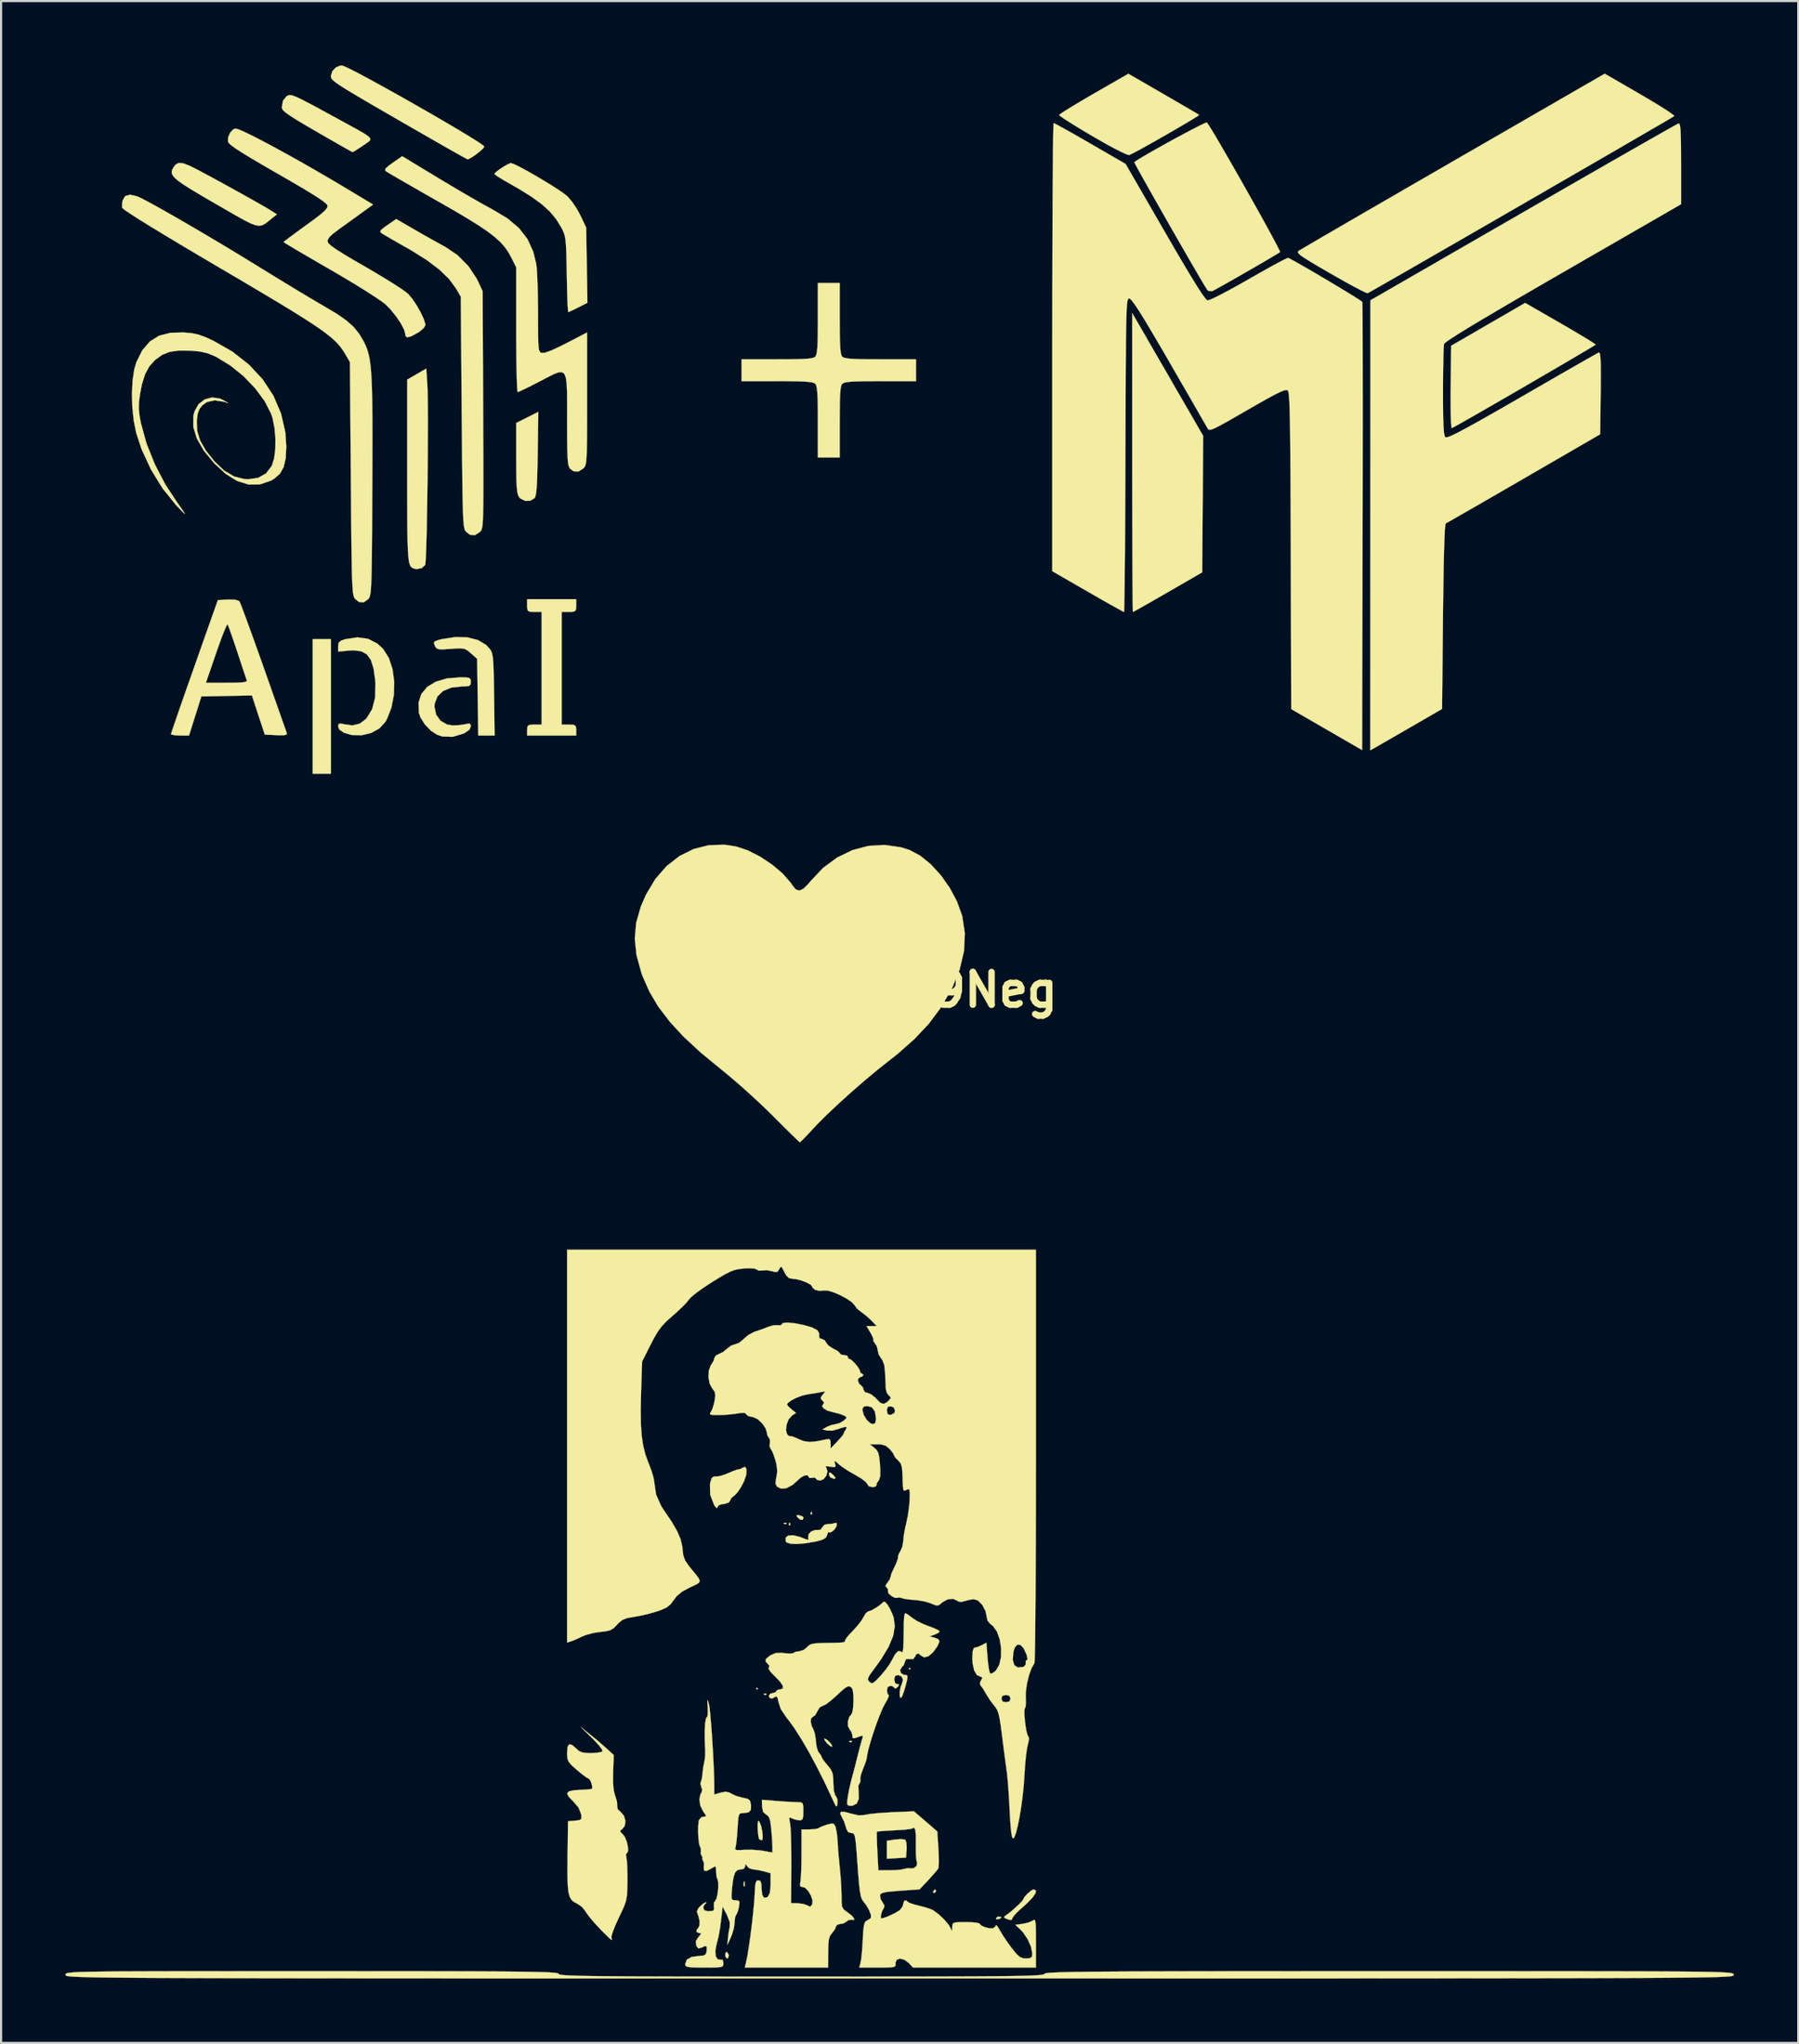
<source format=kicad_pcb>
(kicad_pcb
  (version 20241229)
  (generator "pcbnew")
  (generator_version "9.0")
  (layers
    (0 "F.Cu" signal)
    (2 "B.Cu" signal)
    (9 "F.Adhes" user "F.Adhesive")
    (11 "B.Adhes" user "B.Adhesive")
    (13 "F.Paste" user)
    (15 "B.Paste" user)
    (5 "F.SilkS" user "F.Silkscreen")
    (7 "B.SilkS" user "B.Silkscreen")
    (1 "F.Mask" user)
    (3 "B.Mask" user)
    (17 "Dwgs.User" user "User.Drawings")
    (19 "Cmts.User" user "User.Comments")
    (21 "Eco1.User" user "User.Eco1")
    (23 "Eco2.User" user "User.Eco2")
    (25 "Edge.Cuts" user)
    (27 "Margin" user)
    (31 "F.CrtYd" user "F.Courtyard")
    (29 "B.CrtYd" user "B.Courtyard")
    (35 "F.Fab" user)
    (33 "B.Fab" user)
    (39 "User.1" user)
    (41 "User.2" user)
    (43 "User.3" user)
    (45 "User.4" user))
  (footprint "AI_MF_D9Neg"
    (layer "F.Cu")
    (at 38.867 43.072)
    (property "Reference" "AI_MF_D9Neg" (at 0 0 0) (layer "F.SilkS") (effects (font (size 1.524 1.524) (thickness 0.3))))
    (attr through_hole)
    (fp_poly (pts (xy -26.501 -10.075) (xy -27.347 -10.075) (xy -27.347 -16.341) (xy -26.501 -16.341) (xy -26.501 -10.075)) (stroke (width 0.01) (type solid)) (fill yes) (layer "F.SilkS"))
    (fp_poly (pts (xy -6.604 32.554) (xy -6.646 32.597) (xy -6.689 32.554) (xy -6.646 32.512) (xy -6.604 32.554)) (stroke (width 0.01) (type solid)) (fill yes) (layer "F.SilkS"))
    (fp_poly (pts (xy 0.508 31.623) (xy 0.466 31.665) (xy 0.423 31.623) (xy 0.466 31.581) (xy 0.508 31.623)) (stroke (width 0.01) (type solid)) (fill yes) (layer "F.SilkS"))
    (fp_poly (pts (xy -7.225 41.55) (xy -7.214 41.724) (xy -7.225 41.762) (xy -7.256 41.772) (xy -7.268 41.656) (xy -7.255 41.536) (xy -7.225 41.55)) (stroke (width 0.01) (type solid)) (fill yes) (layer "F.SilkS"))
    (fp_poly (pts (xy -6.209 32.794) (xy -6.221 32.845) (xy -6.265 32.851) (xy -6.335 32.82) (xy -6.322 32.794) (xy -6.221 32.784) (xy -6.209 32.794)) (stroke (width 0.01) (type solid)) (fill yes) (layer "F.SilkS"))
    (fp_poly (pts (xy -5.278 24.836) (xy -5.289 24.886) (xy -5.334 24.892) (xy -5.404 24.861) (xy -5.39 24.836) (xy -5.29 24.825) (xy -5.278 24.836)) (stroke (width 0.01) (type solid)) (fill yes) (layer "F.SilkS"))
    (fp_poly (pts (xy -5.108 24.836) (xy -5.098 24.936) (xy -5.108 24.948) (xy -5.159 24.937) (xy -5.165 24.892) (xy -5.134 24.822) (xy -5.108 24.836)) (stroke (width 0.01) (type solid)) (fill yes) (layer "F.SilkS"))
    (fp_poly (pts (xy -4.092 24.328) (xy -4.082 24.428) (xy -4.092 24.44) (xy -4.143 24.429) (xy -4.149 24.384) (xy -4.118 24.314) (xy -4.092 24.328)) (stroke (width 0.01) (type solid)) (fill yes) (layer "F.SilkS"))
    (fp_poly (pts (xy -2.23 34.996) (xy -2.241 35.046) (xy -2.286 35.052) (xy -2.356 35.021) (xy -2.342 34.996) (xy -2.242 34.985) (xy -2.23 34.996)) (stroke (width 0.01) (type solid)) (fill yes) (layer "F.SilkS"))
    (fp_poly (pts (xy -7.965 44.954) (xy -7.959 45.005) (xy -8.006 45.115) (xy -8.043 45.127) (xy -8.111 45.056) (xy -8.128 44.953) (xy -8.095 44.836) (xy -8.043 44.831) (xy -7.965 44.954)) (stroke (width 0.01) (type solid)) (fill yes) (layer "F.SilkS"))
    (fp_poly (pts (xy -4.67 24.482) (xy -4.521 24.536) (xy -4.478 24.594) (xy -4.525 24.692) (xy -4.643 24.677) (xy -4.746 24.59) (xy -4.811 24.49) (xy -4.741 24.472) (xy -4.67 24.482)) (stroke (width 0.01) (type solid)) (fill yes) (layer "F.SilkS"))
    (fp_poly (pts (xy -3.091 22.605) (xy -2.991 22.728) (xy -3.008 22.771) (xy -3.08 22.775) (xy -3.231 22.708) (xy -3.273 22.645) (xy -3.298 22.502) (xy -3.23 22.488) (xy -3.091 22.605)) (stroke (width 0.01) (type solid)) (fill yes) (layer "F.SilkS"))
    (fp_poly (pts (xy 1.692 41.976) (xy 1.693 41.995) (xy 1.628 42.076) (xy 1.604 42.079) (xy 1.553 42.027) (xy 1.566 41.995) (xy 1.642 41.914) (xy 1.656 41.91) (xy 1.692 41.976)) (stroke (width 0.01) (type solid)) (fill yes) (layer "F.SilkS"))
    (fp_poly (pts (xy 4.727 43.198) (xy 4.741 43.213) (xy 4.675 43.268) (xy 4.614 43.295) (xy 4.505 43.297) (xy 4.487 43.262) (xy 4.556 43.189) (xy 4.614 43.18) (xy 4.727 43.198)) (stroke (width 0.01) (type solid)) (fill yes) (layer "F.SilkS"))
    (fp_poly (pts (xy -3.39 34.935) (xy -3.26 35.054) (xy -3.162 35.183) (xy -3.147 35.264) (xy -3.225 35.237) (xy -3.364 35.118) (xy -3.387 35.094) (xy -3.496 34.956) (xy -3.51 34.885) (xy -3.499 34.883) (xy -3.39 34.935)) (stroke (width 0.01) (type solid)) (fill yes) (layer "F.SilkS"))
    (fp_poly (pts (xy 0.232 39.585) (xy 0.27 39.606) (xy 0.313 39.733) (xy 0.327 39.959) (xy 0.323 40.057) (xy 0.296 40.428) (xy -0.593 40.48) (xy -0.593 39.643) (xy -0.201 39.585) (xy 0.053 39.565) (xy 0.232 39.585)) (stroke (width 0.01) (type solid)) (fill yes) (layer "F.SilkS"))
    (fp_poly (pts (xy -6.538 38.758) (xy -6.526 38.777) (xy -6.457 38.956) (xy -6.406 39.185) (xy -6.381 39.41) (xy -6.388 39.574) (xy -6.422 39.624) (xy -6.54 39.572) (xy -6.548 39.56) (xy -6.583 39.426) (xy -6.607 39.193) (xy -6.615 38.935) (xy -6.61 38.82) (xy -6.589 38.71) (xy -6.538 38.758)) (stroke (width 0.01) (type solid)) (fill yes) (layer "F.SilkS"))
    (fp_poly (pts (xy -16.864 -24.994) (xy -16.876 -24.327) (xy -16.891 -23.812) (xy -16.91 -23.431) (xy -16.936 -23.166) (xy -16.968 -22.999) (xy -17.007 -22.915) (xy -17.205 -22.794) (xy -17.45 -22.788) (xy -17.669 -22.893) (xy -17.733 -22.964) (xy -17.78 -23.059) (xy -17.815 -23.207) (xy -17.839 -23.43) (xy -17.855 -23.752) (xy -17.862 -24.196) (xy -17.865 -24.783) (xy -17.865 -26.414) (xy -17.351 -26.673) (xy -16.837 -26.932) (xy -16.864 -24.994)) (stroke (width 0.01) (type solid)) (fill yes) (layer "F.SilkS"))
    (fp_poly (pts (xy 14.141 -25.815) (xy 14.119 -22.635) (xy 14.097 -19.456) (xy 12.5 -18.533) (xy 12.032 -18.264) (xy 11.615 -18.025) (xy 11.271 -17.83) (xy 11.021 -17.69) (xy 10.887 -17.618) (xy 10.87 -17.611) (xy 10.865 -17.693) (xy 10.86 -17.933) (xy 10.856 -18.316) (xy 10.852 -18.832) (xy 10.848 -19.467) (xy 10.845 -20.209) (xy 10.842 -21.045) (xy 10.84 -21.963) (xy 10.838 -22.95) (xy 10.837 -23.994) (xy 10.837 -24.572) (xy 10.837 -31.533) (xy 14.141 -25.815)) (stroke (width 0.01) (type solid)) (fill yes) (layer "F.SilkS"))
    (fp_poly (pts (xy 6.348 41.958) (xy 6.329 42.09) (xy 6.191 42.292) (xy 5.943 42.548) (xy 5.804 42.672) (xy 5.555 42.897) (xy 5.364 43.09) (xy 5.263 43.22) (xy 5.255 43.243) (xy 5.222 43.329) (xy 5.111 43.326) (xy 4.964 43.275) (xy 4.864 43.222) (xy 4.892 43.161) (xy 5.006 43.08) (xy 5.175 42.952) (xy 5.377 42.777) (xy 5.569 42.597) (xy 5.709 42.448) (xy 5.757 42.376) (xy 5.817 42.264) (xy 5.955 42.111) (xy 6.114 41.974) (xy 6.234 41.91) (xy 6.238 41.91) (xy 6.348 41.958)) (stroke (width 0.01) (type solid)) (fill yes) (layer "F.SilkS"))
    (fp_poly (pts (xy -15.071 -17.907) (xy -15.081 -17.717) (xy -15.144 -17.633) (xy -15.309 -17.611) (xy -15.409 -17.611) (xy -15.748 -17.611) (xy -15.748 -12.361) (xy -15.409 -12.361) (xy -15.192 -12.351) (xy -15.096 -12.297) (xy -15.071 -12.162) (xy -15.071 -12.107) (xy -15.071 -11.853) (xy -17.357 -11.853) (xy -17.357 -12.107) (xy -17.343 -12.27) (xy -17.271 -12.343) (xy -17.091 -12.361) (xy -17.018 -12.361) (xy -16.679 -12.361) (xy -16.679 -17.611) (xy -17.018 -17.611) (xy -17.235 -17.62) (xy -17.331 -17.675) (xy -17.356 -17.82) (xy -17.357 -17.907) (xy -17.357 -18.203) (xy -15.071 -18.203) (xy -15.071 -17.907)) (stroke (width 0.01) (type solid)) (fill yes) (layer "F.SilkS"))
    (fp_poly (pts (xy -20.136 -16.424) (xy -19.649 -16.3) (xy -19.266 -16.071) (xy -19.098 -15.89) (xy -19.041 -15.802) (xy -18.997 -15.697) (xy -18.965 -15.553) (xy -18.941 -15.346) (xy -18.924 -15.053) (xy -18.912 -14.65) (xy -18.902 -14.114) (xy -18.897 -13.752) (xy -18.872 -11.853) (xy -19.633 -11.853) (xy -19.685 -15.424) (xy -19.974 -15.682) (xy -20.128 -15.812) (xy -20.262 -15.885) (xy -20.426 -15.913) (xy -20.672 -15.908) (xy -20.915 -15.89) (xy -21.245 -15.868) (xy -21.446 -15.869) (xy -21.559 -15.901) (xy -21.624 -15.974) (xy -21.658 -16.041) (xy -21.7 -16.162) (xy -21.666 -16.236) (xy -21.522 -16.293) (xy -21.331 -16.342) (xy -20.704 -16.439) (xy -20.136 -16.424)) (stroke (width 0.01) (type solid)) (fill yes) (layer "F.SilkS"))
    (fp_poly (pts (xy -7.139 22.321) (xy -7.142 22.537) (xy -7.159 22.627) (xy -7.247 22.883) (xy -7.389 23.16) (xy -7.553 23.406) (xy -7.705 23.566) (xy -7.751 23.593) (xy -7.861 23.695) (xy -7.874 23.749) (xy -7.95 23.873) (xy -8.149 23.948) (xy -8.298 23.961) (xy -8.442 24.022) (xy -8.482 24.094) (xy -8.524 24.146) (xy -8.609 24.051) (xy -8.647 23.988) (xy -8.825 23.526) (xy -8.839 23.047) (xy -8.82 22.945) (xy -8.755 22.744) (xy -8.658 22.673) (xy -8.57 22.674) (xy -8.389 22.655) (xy -8.132 22.576) (xy -7.982 22.513) (xy -7.741 22.41) (xy -7.561 22.349) (xy -7.505 22.342) (xy -7.384 22.308) (xy -7.322 22.266) (xy -7.202 22.223) (xy -7.139 22.321)) (stroke (width 0.01) (type solid)) (fill yes) (layer "F.SilkS"))
    (fp_poly (pts (xy 30.785 -31.063) (xy 31.259 -30.788) (xy 31.679 -30.54) (xy 32.024 -30.332) (xy 32.274 -30.175) (xy 32.407 -30.084) (xy 32.424 -30.066) (xy 32.353 -30.018) (xy 32.153 -29.895) (xy 31.841 -29.709) (xy 31.436 -29.47) (xy 30.955 -29.187) (xy 30.416 -28.872) (xy 29.837 -28.534) (xy 29.235 -28.184) (xy 28.629 -27.832) (xy 28.035 -27.488) (xy 27.472 -27.164) (xy 26.957 -26.868) (xy 26.509 -26.612) (xy 26.145 -26.405) (xy 25.882 -26.259) (xy 25.739 -26.183) (xy 25.723 -26.176) (xy 25.704 -26.248) (xy 25.688 -26.466) (xy 25.677 -26.807) (xy 25.671 -27.248) (xy 25.671 -27.765) (xy 25.674 -28.079) (xy 25.696 -30.012) (xy 27.42 -31.01) (xy 29.143 -32.008) (xy 30.785 -31.063)) (stroke (width 0.01) (type solid)) (fill yes) (layer "F.SilkS"))
    (fp_poly (pts (xy -33.39 -38.515) (xy -33.099 -38.406) (xy -32.797 -38.256) (xy -32.427 -38.061) (xy -31.981 -37.82) (xy -31.488 -37.551) (xy -30.98 -37.271) (xy -30.488 -36.997) (xy -30.041 -36.746) (xy -29.671 -36.535) (xy -29.409 -36.381) (xy -29.346 -36.343) (xy -29.017 -36.136) (xy -29.262 -35.939) (xy -29.435 -35.798) (xy -29.578 -35.691) (xy -29.71 -35.625) (xy -29.853 -35.604) (xy -30.026 -35.634) (xy -30.251 -35.721) (xy -30.548 -35.87) (xy -30.937 -36.087) (xy -31.44 -36.376) (xy -31.872 -36.626) (xy -32.5 -36.991) (xy -32.993 -37.285) (xy -33.365 -37.521) (xy -33.629 -37.709) (xy -33.801 -37.862) (xy -33.892 -37.989) (xy -33.918 -38.104) (xy -33.892 -38.216) (xy -33.864 -38.274) (xy -33.743 -38.448) (xy -33.594 -38.529) (xy -33.39 -38.515)) (stroke (width 0.01) (type solid)) (fill yes) (layer "F.SilkS"))
    (fp_poly (pts (xy -22.007 -28.211) (xy -21.996 -27.94) (xy -21.988 -27.54) (xy -21.983 -27.033) (xy -21.981 -26.439) (xy -21.983 -25.777) (xy -21.986 -25.068) (xy -21.992 -24.331) (xy -22 -23.588) (xy -22.01 -22.858) (xy -22.022 -22.16) (xy -22.034 -21.516) (xy -22.048 -20.946) (xy -22.063 -20.469) (xy -22.079 -20.105) (xy -22.094 -19.875) (xy -22.107 -19.801) (xy -22.268 -19.653) (xy -22.502 -19.606) (xy -22.606 -19.624) (xy -22.681 -19.65) (xy -22.743 -19.688) (xy -22.795 -19.752) (xy -22.837 -19.856) (xy -22.871 -20.013) (xy -22.896 -20.238) (xy -22.915 -20.543) (xy -22.928 -20.944) (xy -22.937 -21.453) (xy -22.942 -22.085) (xy -22.944 -22.853) (xy -22.945 -23.772) (xy -22.945 -24.182) (xy -22.945 -28.434) (xy -22.5 -28.691) (xy -22.056 -28.948) (xy -22.007 -28.211)) (stroke (width 0.01) (type solid)) (fill yes) (layer "F.SilkS"))
    (fp_poly (pts (xy -28.277 -41.668) (xy -28.121 -41.609) (xy -27.899 -41.506) (xy -27.595 -41.35) (xy -27.191 -41.135) (xy -26.669 -40.852) (xy -26.162 -40.574) (xy -25.622 -40.28) (xy -25.216 -40.056) (xy -24.93 -39.89) (xy -24.752 -39.768) (xy -24.669 -39.675) (xy -24.668 -39.598) (xy -24.736 -39.524) (xy -24.859 -39.438) (xy -25.005 -39.341) (xy -25.241 -39.183) (xy -25.417 -39.073) (xy -25.491 -39.036) (xy -25.571 -39.077) (xy -25.777 -39.192) (xy -26.086 -39.367) (xy -26.478 -39.591) (xy -26.93 -39.851) (xy -27.157 -39.982) (xy -27.701 -40.299) (xy -28.114 -40.546) (xy -28.411 -40.736) (xy -28.61 -40.878) (xy -28.727 -40.986) (xy -28.779 -41.07) (xy -28.787 -41.114) (xy -28.732 -41.434) (xy -28.564 -41.637) (xy -28.524 -41.661) (xy -28.461 -41.686) (xy -28.385 -41.691) (xy -28.277 -41.668)) (stroke (width 0.01) (type solid)) (fill yes) (layer "F.SilkS"))
    (fp_poly (pts (xy -2.936 24.966) (xy -2.938 24.973) (xy -3.011 25.107) (xy -3.131 25.225) (xy -3.247 25.289) (xy -3.309 25.261) (xy -3.31 25.255) (xy -3.335 25.272) (xy -3.376 25.394) (xy -3.438 25.518) (xy -3.568 25.604) (xy -3.808 25.677) (xy -3.939 25.706) (xy -4.399 25.784) (xy -4.793 25.816) (xy -5.093 25.802) (xy -5.27 25.741) (xy -5.302 25.7) (xy -5.312 25.523) (xy -5.193 25.424) (xy -4.966 25.41) (xy -4.654 25.485) (xy -4.529 25.533) (xy -4.33 25.61) (xy -4.25 25.617) (xy -4.254 25.553) (xy -4.261 25.535) (xy -4.248 25.371) (xy -4.12 25.231) (xy -3.931 25.164) (xy -3.845 25.168) (xy -3.676 25.151) (xy -3.613 25.048) (xy -3.5 24.918) (xy -3.359 24.892) (xy -3.141 24.873) (xy -3.019 24.843) (xy -2.93 24.842) (xy -2.936 24.966)) (stroke (width 0.01) (type solid)) (fill yes) (layer "F.SilkS"))
    (fp_poly (pts (xy 12.292 -41.739) (xy 12.766 -41.465) (xy 13.188 -41.219) (xy 13.538 -41.015) (xy 13.793 -40.865) (xy 13.933 -40.782) (xy 13.953 -40.769) (xy 13.894 -40.72) (xy 13.711 -40.604) (xy 13.432 -40.435) (xy 13.079 -40.227) (xy 12.68 -39.995) (xy 12.259 -39.753) (xy 11.842 -39.516) (xy 11.453 -39.298) (xy 11.119 -39.114) (xy 10.863 -38.979) (xy 10.713 -38.906) (xy 10.69 -38.898) (xy 10.575 -38.93) (xy 10.337 -39.037) (xy 10.001 -39.208) (xy 9.59 -39.432) (xy 9.126 -39.695) (xy 8.986 -39.777) (xy 8.526 -40.05) (xy 8.12 -40.297) (xy 7.79 -40.505) (xy 7.557 -40.66) (xy 7.442 -40.749) (xy 7.433 -40.762) (xy 7.504 -40.823) (xy 7.702 -40.955) (xy 8.004 -41.144) (xy 8.391 -41.376) (xy 8.84 -41.64) (xy 9.046 -41.759) (xy 10.656 -42.685) (xy 12.292 -41.739)) (stroke (width 0.01) (type solid)) (fill yes) (layer "F.SilkS"))
    (fp_poly (pts (xy -20.198 -14.558) (xy -20.05 -14.532) (xy -19.992 -14.467) (xy -19.981 -14.351) (xy -19.995 -14.225) (xy -20.066 -14.162) (xy -20.238 -14.141) (xy -20.399 -14.139) (xy -20.89 -14.084) (xy -21.275 -13.925) (xy -21.537 -13.672) (xy -21.665 -13.336) (xy -21.675 -13.197) (xy -21.6 -12.83) (xy -21.394 -12.542) (xy -21.087 -12.365) (xy -20.816 -12.322) (xy -20.524 -12.335) (xy -20.262 -12.372) (xy -20.214 -12.384) (xy -20.047 -12.413) (xy -19.987 -12.352) (xy -19.981 -12.274) (xy -20.044 -12.124) (xy -20.247 -11.981) (xy -20.341 -11.936) (xy -20.828 -11.793) (xy -21.297 -11.807) (xy -21.549 -11.887) (xy -21.843 -12.079) (xy -22.117 -12.365) (xy -22.322 -12.687) (xy -22.4 -12.91) (xy -22.416 -13.382) (xy -22.284 -13.787) (xy -22.013 -14.116) (xy -21.612 -14.36) (xy -21.091 -14.512) (xy -20.474 -14.563) (xy -20.198 -14.558)) (stroke (width 0.01) (type solid)) (fill yes) (layer "F.SilkS"))
    (fp_poly (pts (xy -24.774 -16.36) (xy -24.338 -16.138) (xy -24.069 -15.889) (xy -23.802 -15.467) (xy -23.628 -14.943) (xy -23.549 -14.356) (xy -23.566 -13.746) (xy -23.68 -13.151) (xy -23.892 -12.612) (xy -23.965 -12.485) (xy -24.243 -12.181) (xy -24.626 -11.971) (xy -25.069 -11.865) (xy -25.529 -11.876) (xy -25.887 -11.98) (xy -26.106 -12.128) (xy -26.162 -12.274) (xy -26.138 -12.393) (xy -26.034 -12.41) (xy -25.929 -12.385) (xy -25.505 -12.324) (xy -25.157 -12.403) (xy -24.861 -12.629) (xy -24.834 -12.66) (xy -24.575 -13.084) (xy -24.438 -13.624) (xy -24.422 -14.28) (xy -24.434 -14.434) (xy -24.511 -14.978) (xy -24.636 -15.372) (xy -24.822 -15.633) (xy -25.084 -15.777) (xy -25.438 -15.821) (xy -25.657 -15.81) (xy -26.162 -15.764) (xy -26.162 -16.006) (xy -26.137 -16.173) (xy -26.032 -16.271) (xy -25.845 -16.336) (xy -25.276 -16.426) (xy -24.774 -16.36)) (stroke (width 0.01) (type solid)) (fill yes) (layer "F.SilkS"))
    (fp_poly (pts (xy -25.958 -43.063) (xy -25.801 -43) (xy -25.523 -42.864) (xy -25.141 -42.666) (xy -24.676 -42.416) (xy -24.145 -42.125) (xy -23.567 -41.804) (xy -22.962 -41.464) (xy -22.348 -41.114) (xy -21.743 -40.767) (xy -21.167 -40.432) (xy -20.639 -40.12) (xy -20.177 -39.843) (xy -19.8 -39.61) (xy -19.526 -39.433) (xy -19.376 -39.321) (xy -19.355 -39.299) (xy -19.395 -39.222) (xy -19.534 -39.09) (xy -19.724 -38.937) (xy -19.92 -38.8) (xy -20.076 -38.713) (xy -20.132 -38.7) (xy -20.216 -38.742) (xy -20.431 -38.861) (xy -20.761 -39.046) (xy -21.189 -39.289) (xy -21.699 -39.58) (xy -22.277 -39.911) (xy -22.905 -40.273) (xy -23.114 -40.393) (xy -23.907 -40.851) (xy -24.565 -41.233) (xy -25.102 -41.547) (xy -25.529 -41.8) (xy -25.859 -42.001) (xy -26.104 -42.158) (xy -26.278 -42.28) (xy -26.392 -42.373) (xy -26.458 -42.447) (xy -26.49 -42.509) (xy -26.5 -42.568) (xy -26.501 -42.59) (xy -26.432 -42.804) (xy -26.266 -42.98) (xy -26.059 -43.067) (xy -25.958 -43.063)) (stroke (width 0.01) (type solid)) (fill yes) (layer "F.SilkS"))
    (fp_poly (pts (xy -17.981 -38.48) (xy -17.736 -38.363) (xy -17.411 -38.189) (xy -17.035 -37.977) (xy -16.64 -37.744) (xy -16.256 -37.509) (xy -15.913 -37.29) (xy -15.643 -37.105) (xy -15.476 -36.971) (xy -15.475 -36.97) (xy -15.262 -36.719) (xy -15.039 -36.387) (xy -14.872 -36.081) (xy -14.605 -35.518) (xy -14.548 -32.014) (xy -14.976 -31.797) (xy -15.215 -31.679) (xy -15.386 -31.601) (xy -15.441 -31.581) (xy -15.454 -31.661) (xy -15.468 -31.886) (xy -15.482 -32.231) (xy -15.495 -32.67) (xy -15.506 -33.179) (xy -15.509 -33.337) (xy -15.52 -33.928) (xy -15.531 -34.376) (xy -15.547 -34.709) (xy -15.57 -34.953) (xy -15.603 -35.135) (xy -15.65 -35.283) (xy -15.713 -35.423) (xy -15.763 -35.522) (xy -16.002 -35.911) (xy -16.302 -36.27) (xy -16.685 -36.616) (xy -17.173 -36.97) (xy -17.789 -37.35) (xy -18.14 -37.549) (xy -18.452 -37.728) (xy -18.699 -37.88) (xy -18.849 -37.985) (xy -18.881 -38.019) (xy -18.815 -38.099) (xy -18.653 -38.224) (xy -18.449 -38.36) (xy -18.254 -38.471) (xy -18.123 -38.523) (xy -18.115 -38.523) (xy -17.981 -38.48)) (stroke (width 0.01) (type solid)) (fill yes) (layer "F.SilkS"))
    (fp_poly (pts (xy 14.313 -40.415) (xy 14.39 -40.307) (xy 14.536 -40.074) (xy 14.738 -39.737) (xy 14.986 -39.314) (xy 15.27 -38.824) (xy 15.579 -38.286) (xy 15.902 -37.719) (xy 16.229 -37.141) (xy 16.549 -36.571) (xy 16.851 -36.029) (xy 17.125 -35.533) (xy 17.359 -35.102) (xy 17.545 -34.755) (xy 17.669 -34.511) (xy 17.723 -34.388) (xy 17.723 -34.378) (xy 17.626 -34.314) (xy 17.408 -34.182) (xy 17.097 -33.999) (xy 16.72 -33.78) (xy 16.306 -33.54) (xy 15.881 -33.296) (xy 15.472 -33.062) (xy 15.107 -32.856) (xy 14.813 -32.692) (xy 14.618 -32.586) (xy 14.555 -32.556) (xy 14.395 -32.567) (xy 14.335 -32.614) (xy 14.263 -32.726) (xy 14.122 -32.96) (xy 13.923 -33.298) (xy 13.676 -33.721) (xy 13.393 -34.21) (xy 13.085 -34.745) (xy 12.761 -35.309) (xy 12.434 -35.882) (xy 12.113 -36.445) (xy 11.81 -36.979) (xy 11.535 -37.466) (xy 11.3 -37.886) (xy 11.114 -38.221) (xy 10.989 -38.452) (xy 10.936 -38.559) (xy 10.935 -38.565) (xy 11.05 -38.648) (xy 11.28 -38.79) (xy 11.599 -38.977) (xy 11.982 -39.195) (xy 12.404 -39.431) (xy 12.838 -39.669) (xy 13.26 -39.896) (xy 13.643 -40.099) (xy 13.962 -40.263) (xy 14.191 -40.373) (xy 14.305 -40.417) (xy 14.313 -40.415)) (stroke (width 0.01) (type solid)) (fill yes) (layer "F.SilkS"))
    (fp_poly (pts (xy 34.502 -41.732) (xy 34.973 -41.455) (xy 35.386 -41.205) (xy 35.721 -40.993) (xy 35.959 -40.832) (xy 36.08 -40.736) (xy 36.089 -40.715) (xy 36.009 -40.665) (xy 35.794 -40.538) (xy 35.457 -40.34) (xy 35.01 -40.08) (xy 34.464 -39.763) (xy 33.834 -39.396) (xy 33.13 -38.988) (xy 32.365 -38.545) (xy 31.551 -38.074) (xy 30.7 -37.582) (xy 29.825 -37.076) (xy 28.938 -36.563) (xy 28.051 -36.051) (xy 27.177 -35.546) (xy 26.327 -35.056) (xy 25.513 -34.587) (xy 24.749 -34.147) (xy 24.046 -33.743) (xy 23.417 -33.381) (xy 22.873 -33.069) (xy 22.428 -32.814) (xy 22.092 -32.623) (xy 21.879 -32.503) (xy 21.802 -32.461) (xy 21.707 -32.493) (xy 21.488 -32.599) (xy 21.168 -32.767) (xy 20.767 -32.986) (xy 20.31 -33.244) (xy 20.079 -33.377) (xy 19.547 -33.685) (xy 19.147 -33.923) (xy 18.864 -34.099) (xy 18.681 -34.226) (xy 18.583 -34.315) (xy 18.554 -34.377) (xy 18.579 -34.423) (xy 18.593 -34.433) (xy 18.686 -34.491) (xy 18.916 -34.627) (xy 19.272 -34.835) (xy 19.744 -35.111) (xy 20.322 -35.446) (xy 20.994 -35.837) (xy 21.752 -36.276) (xy 22.584 -36.758) (xy 23.48 -37.277) (xy 24.43 -37.826) (xy 25.424 -38.4) (xy 25.797 -38.616) (xy 32.851 -42.688) (xy 34.502 -41.732)) (stroke (width 0.01) (type solid)) (fill yes) (layer "F.SilkS"))
    (fp_poly (pts (xy -22.587 -35.412) (xy -22.179 -35.178) (xy -21.763 -34.944) (xy -21.395 -34.741) (xy -21.189 -34.63) (xy -20.604 -34.236) (xy -20.096 -33.726) (xy -19.709 -33.141) (xy -19.658 -33.038) (xy -19.431 -32.554) (xy -19.406 -27.033) (xy -19.402 -25.931) (xy -19.398 -24.986) (xy -19.396 -24.186) (xy -19.395 -23.517) (xy -19.397 -22.967) (xy -19.401 -22.525) (xy -19.408 -22.177) (xy -19.418 -21.91) (xy -19.431 -21.713) (xy -19.448 -21.573) (xy -19.47 -21.478) (xy -19.495 -21.414) (xy -19.526 -21.37) (xy -19.555 -21.339) (xy -19.79 -21.188) (xy -20.02 -21.206) (xy -20.201 -21.345) (xy -20.234 -21.387) (xy -20.262 -21.445) (xy -20.286 -21.53) (xy -20.306 -21.656) (xy -20.323 -21.836) (xy -20.338 -22.082) (xy -20.35 -22.406) (xy -20.361 -22.821) (xy -20.37 -23.34) (xy -20.378 -23.976) (xy -20.386 -24.741) (xy -20.394 -25.648) (xy -20.403 -26.709) (xy -20.405 -26.912) (xy -20.447 -32.3) (xy -20.672 -32.683) (xy -20.989 -33.118) (xy -21.433 -33.551) (xy -22.015 -33.993) (xy -22.748 -34.453) (xy -22.902 -34.541) (xy -23.3 -34.768) (xy -23.654 -34.971) (xy -23.932 -35.133) (xy -24.106 -35.236) (xy -24.141 -35.258) (xy -24.2 -35.322) (xy -24.166 -35.403) (xy -24.02 -35.526) (xy -23.868 -35.633) (xy -23.457 -35.917) (xy -22.587 -35.412)) (stroke (width 0.01) (type solid)) (fill yes) (layer "F.SilkS"))
    (fp_poly (pts (xy -2.794 -31.278) (xy -2.792 -30.681) (xy -2.784 -30.231) (xy -2.768 -29.909) (xy -2.744 -29.692) (xy -2.711 -29.561) (xy -2.673 -29.5) (xy -2.597 -29.457) (xy -2.454 -29.425) (xy -2.223 -29.402) (xy -1.883 -29.388) (xy -1.412 -29.381) (xy -0.895 -29.379) (xy 0.762 -29.379) (xy 0.762 -28.363) (xy -0.895 -28.363) (xy -1.493 -28.361) (xy -1.942 -28.353) (xy -2.264 -28.338) (xy -2.481 -28.314) (xy -2.612 -28.28) (xy -2.673 -28.242) (xy -2.716 -28.166) (xy -2.749 -28.023) (xy -2.771 -27.792) (xy -2.785 -27.452) (xy -2.792 -26.981) (xy -2.794 -26.464) (xy -2.794 -24.807) (xy -3.81 -24.807) (xy -3.81 -26.464) (xy -3.812 -27.062) (xy -3.82 -27.511) (xy -3.836 -27.834) (xy -3.86 -28.05) (xy -3.893 -28.182) (xy -3.931 -28.242) (xy -4.007 -28.286) (xy -4.15 -28.318) (xy -4.381 -28.34) (xy -4.721 -28.355) (xy -5.192 -28.362) (xy -5.709 -28.363) (xy -7.366 -28.363) (xy -7.366 -29.379) (xy -5.709 -29.379) (xy -5.111 -29.382) (xy -4.662 -29.39) (xy -4.34 -29.405) (xy -4.123 -29.429) (xy -3.992 -29.463) (xy -3.931 -29.5) (xy -3.888 -29.576) (xy -3.855 -29.719) (xy -3.833 -29.95) (xy -3.819 -30.291) (xy -3.812 -30.761) (xy -3.81 -31.278) (xy -3.81 -32.935) (xy -2.794 -32.935) (xy -2.794 -31.278)) (stroke (width 0.01) (type solid)) (fill yes) (layer "F.SilkS"))
    (fp_poly (pts (xy -30.968 -18.181) (xy -30.782 -18.121) (xy -30.763 -18.101) (xy -30.716 -17.999) (xy -30.621 -17.755) (xy -30.484 -17.388) (xy -30.311 -16.916) (xy -30.109 -16.359) (xy -29.885 -15.734) (xy -29.646 -15.06) (xy -29.635 -15.028) (xy -29.397 -14.353) (xy -29.176 -13.725) (xy -28.978 -13.164) (xy -28.81 -12.689) (xy -28.679 -12.316) (xy -28.591 -12.066) (xy -28.552 -11.956) (xy -28.551 -11.955) (xy -28.568 -11.894) (xy -28.694 -11.866) (xy -28.955 -11.866) (xy -29.046 -11.87) (xy -29.58 -11.896) (xy -29.88 -12.808) (xy -30.179 -13.72) (xy -31.358 -13.697) (xy -32.536 -13.674) (xy -32.823 -12.764) (xy -33.11 -11.853) (xy -33.531 -11.853) (xy -33.771 -11.865) (xy -33.923 -11.894) (xy -33.95 -11.917) (xy -33.923 -12.008) (xy -33.845 -12.242) (xy -33.722 -12.599) (xy -33.562 -13.064) (xy -33.369 -13.617) (xy -33.15 -14.242) (xy -33.126 -14.309) (xy -32.323 -14.309) (xy -31.35 -14.309) (xy -30.913 -14.313) (xy -30.625 -14.328) (xy -30.465 -14.356) (xy -30.414 -14.398) (xy -30.416 -14.415) (xy -30.455 -14.529) (xy -30.537 -14.773) (xy -30.651 -15.116) (xy -30.787 -15.528) (xy -30.859 -15.748) (xy -31.003 -16.178) (xy -31.131 -16.55) (xy -31.233 -16.835) (xy -31.3 -17.003) (xy -31.316 -17.034) (xy -31.359 -16.978) (xy -31.445 -16.785) (xy -31.566 -16.48) (xy -31.71 -16.088) (xy -31.846 -15.701) (xy -32.323 -14.309) (xy -33.126 -14.309) (xy -32.911 -14.92) (xy -32.858 -15.071) (xy -31.767 -18.161) (xy -31.306 -18.186) (xy -30.968 -18.181)) (stroke (width 0.01) (type solid)) (fill yes) (layer "F.SilkS"))
    (fp_poly (pts (xy -7.622 -6.682) (xy -7.067 -6.496) (xy -6.49 -6.203) (xy -5.936 -5.834) (xy -5.45 -5.419) (xy -5.075 -4.989) (xy -5 -4.876) (xy -4.84 -4.681) (xy -4.672 -4.626) (xy -4.479 -4.717) (xy -4.241 -4.956) (xy -4.154 -5.063) (xy -3.571 -5.681) (xy -2.916 -6.165) (xy -2.205 -6.51) (xy -1.46 -6.708) (xy -0.697 -6.754) (xy 0.064 -6.643) (xy 0.466 -6.516) (xy 0.963 -6.251) (xy 1.457 -5.848) (xy 1.922 -5.338) (xy 2.335 -4.751) (xy 2.671 -4.118) (xy 2.907 -3.47) (xy 2.919 -3.425) (xy 3.038 -2.632) (xy 2.996 -1.803) (xy 2.795 -0.946) (xy 2.436 -0.068) (xy 1.922 0.821) (xy 1.914 0.834) (xy 1.359 1.574) (xy 0.692 2.286) (xy -0.108 2.993) (xy -0.498 3.3) (xy -1.041 3.729) (xy -1.63 4.221) (xy -2.235 4.747) (xy -2.824 5.279) (xy -3.365 5.788) (xy -3.827 6.246) (xy -4.114 6.553) (xy -4.341 6.799) (xy -4.524 6.987) (xy -4.637 7.087) (xy -4.657 7.096) (xy -4.726 7.034) (xy -4.897 6.869) (xy -5.151 6.621) (xy -5.468 6.306) (xy -5.831 5.943) (xy -5.935 5.839) (xy -6.41 5.378) (xy -6.944 4.882) (xy -7.493 4.393) (xy -8.007 3.953) (xy -8.348 3.676) (xy -9.281 2.908) (xy -10.067 2.18) (xy -10.717 1.475) (xy -11.244 0.78) (xy -11.661 0.079) (xy -11.979 -0.643) (xy -12.033 -0.793) (xy -12.259 -1.617) (xy -12.34 -2.384) (xy -12.275 -3.127) (xy -12.06 -3.881) (xy -11.815 -4.445) (xy -11.38 -5.17) (xy -10.856 -5.771) (xy -10.256 -6.238) (xy -9.596 -6.564) (xy -8.888 -6.742) (xy -8.149 -6.763) (xy -7.622 -6.682)) (stroke (width 0.01) (type solid)) (fill yes) (layer "F.SilkS"))
    (fp_poly (pts (xy -30.792 -40.09) (xy -30.514 -39.969) (xy -30.123 -39.779) (xy -29.636 -39.527) (xy -29.069 -39.224) (xy -28.438 -38.877) (xy -27.759 -38.496) (xy -27.05 -38.089) (xy -26.326 -37.666) (xy -25.666 -37.272) (xy -24.535 -36.591) (xy -25.042 -36.224) (xy -25.378 -35.981) (xy -25.765 -35.702) (xy -26.115 -35.451) (xy -26.411 -35.227) (xy -26.583 -35.062) (xy -26.652 -34.933) (xy -26.654 -34.863) (xy -26.608 -34.78) (xy -26.48 -34.663) (xy -26.256 -34.504) (xy -25.923 -34.293) (xy -25.466 -34.02) (xy -24.917 -33.703) (xy -24.41 -33.407) (xy -23.935 -33.12) (xy -23.518 -32.859) (xy -23.185 -32.641) (xy -22.963 -32.48) (xy -22.903 -32.429) (xy -22.709 -32.2) (xy -22.505 -31.897) (xy -22.318 -31.568) (xy -22.175 -31.261) (xy -22.102 -31.025) (xy -22.098 -30.978) (xy -22.171 -30.84) (xy -22.364 -30.675) (xy -22.465 -30.611) (xy -22.754 -30.456) (xy -22.93 -30.405) (xy -23.015 -30.453) (xy -23.03 -30.544) (xy -23.087 -30.76) (xy -23.239 -31.053) (xy -23.458 -31.379) (xy -23.716 -31.698) (xy -23.955 -31.941) (xy -24.141 -32.084) (xy -24.45 -32.294) (xy -24.861 -32.558) (xy -25.348 -32.861) (xy -25.89 -33.187) (xy -26.462 -33.523) (xy -26.543 -33.57) (xy -27.09 -33.885) (xy -27.585 -34.173) (xy -28.012 -34.423) (xy -28.351 -34.625) (xy -28.585 -34.766) (xy -28.696 -34.838) (xy -28.702 -34.844) (xy -28.637 -34.901) (xy -28.458 -35.039) (xy -28.188 -35.239) (xy -27.852 -35.484) (xy -27.665 -35.62) (xy -27.246 -35.926) (xy -26.953 -36.155) (xy -26.767 -36.323) (xy -26.673 -36.445) (xy -26.652 -36.537) (xy -26.653 -36.538) (xy -26.701 -36.614) (xy -26.836 -36.729) (xy -27.068 -36.892) (xy -27.41 -37.109) (xy -27.871 -37.387) (xy -28.463 -37.733) (xy -28.961 -38.02) (xy -29.651 -38.418) (xy -30.203 -38.743) (xy -30.629 -39.003) (xy -30.94 -39.204) (xy -31.147 -39.355) (xy -31.262 -39.463) (xy -31.295 -39.519) (xy -31.287 -39.724) (xy -31.194 -39.937) (xy -31.053 -40.092) (xy -30.942 -40.132) (xy -30.792 -40.09)) (stroke (width 0.01) (type solid)) (fill yes) (layer "F.SilkS"))
    (fp_poly (pts (xy -35.547 -36.981) (xy -35.334 -36.887) (xy -34.936 -36.676) (xy -34.416 -36.389) (xy -33.799 -36.039) (xy -33.108 -35.639) (xy -32.364 -35.202) (xy -31.59 -34.742) (xy -30.81 -34.272) (xy -30.047 -33.806) (xy -29.809 -33.659) (xy -29.212 -33.291) (xy -28.614 -32.926) (xy -28.042 -32.579) (xy -27.526 -32.269) (xy -27.094 -32.013) (xy -26.776 -31.829) (xy -26.761 -31.82) (xy -26.2 -31.485) (xy -25.768 -31.182) (xy -25.439 -30.885) (xy -25.182 -30.568) (xy -24.968 -30.205) (xy -24.967 -30.203) (xy -24.884 -30.03) (xy -24.813 -29.852) (xy -24.753 -29.655) (xy -24.702 -29.426) (xy -24.661 -29.151) (xy -24.628 -28.817) (xy -24.603 -28.41) (xy -24.585 -27.918) (xy -24.573 -27.327) (xy -24.566 -26.624) (xy -24.563 -25.794) (xy -24.565 -24.825) (xy -24.569 -23.704) (xy -24.571 -23.398) (xy -24.576 -22.351) (xy -24.581 -21.459) (xy -24.587 -20.711) (xy -24.594 -20.092) (xy -24.601 -19.591) (xy -24.611 -19.193) (xy -24.623 -18.885) (xy -24.637 -18.654) (xy -24.655 -18.488) (xy -24.677 -18.373) (xy -24.702 -18.295) (xy -24.733 -18.242) (xy -24.757 -18.212) (xy -24.972 -18.057) (xy -25.186 -18.071) (xy -25.366 -18.212) (xy -25.398 -18.254) (xy -25.426 -18.312) (xy -25.45 -18.397) (xy -25.471 -18.523) (xy -25.488 -18.701) (xy -25.502 -18.946) (xy -25.515 -19.269) (xy -25.525 -19.683) (xy -25.534 -20.2) (xy -25.543 -20.833) (xy -25.551 -21.595) (xy -25.559 -22.498) (xy -25.567 -23.555) (xy -25.569 -23.821) (xy -25.612 -29.252) (xy -25.841 -29.643) (xy -25.951 -29.817) (xy -26.075 -29.986) (xy -26.224 -30.155) (xy -26.409 -30.332) (xy -26.642 -30.525) (xy -26.932 -30.742) (xy -27.292 -30.989) (xy -27.731 -31.275) (xy -28.262 -31.607) (xy -28.894 -31.993) (xy -29.64 -32.439) (xy -30.509 -32.954) (xy -31.513 -33.546) (xy -31.623 -33.61) (xy -32.607 -34.19) (xy -33.485 -34.712) (xy -34.251 -35.172) (xy -34.901 -35.567) (xy -35.427 -35.894) (xy -35.826 -36.149) (xy -36.09 -36.328) (xy -36.214 -36.428) (xy -36.224 -36.443) (xy -36.226 -36.641) (xy -36.201 -36.793) (xy -36.083 -36.987) (xy -35.863 -37.05) (xy -35.547 -36.981)) (stroke (width 0.01) (type solid)) (fill yes) (layer "F.SilkS"))
    (fp_poly (pts (xy 36.332 -40.35) (xy 36.361 -40.255) (xy 36.381 -40.068) (xy 36.395 -39.771) (xy 36.403 -39.347) (xy 36.406 -38.779) (xy 36.407 -38.503) (xy 36.407 -36.607) (xy 30.91 -33.438) (xy 29.743 -32.764) (xy 28.721 -32.17) (xy 27.842 -31.654) (xy 27.101 -31.216) (xy 26.495 -30.852) (xy 26.023 -30.561) (xy 25.679 -30.341) (xy 25.463 -30.19) (xy 25.369 -30.107) (xy 25.365 -30.099) (xy 25.352 -29.969) (xy 25.34 -29.696) (xy 25.33 -29.304) (xy 25.322 -28.821) (xy 25.318 -28.271) (xy 25.316 -27.887) (xy 25.318 -27.215) (xy 25.324 -26.695) (xy 25.336 -26.308) (xy 25.354 -26.037) (xy 25.379 -25.863) (xy 25.412 -25.769) (xy 25.43 -25.749) (xy 25.489 -25.744) (xy 25.611 -25.782) (xy 25.807 -25.868) (xy 26.088 -26.009) (xy 26.464 -26.21) (xy 26.945 -26.476) (xy 27.541 -26.813) (xy 28.264 -27.226) (xy 29.007 -27.654) (xy 29.708 -28.059) (xy 30.366 -28.438) (xy 30.966 -28.783) (xy 31.494 -29.085) (xy 31.933 -29.336) (xy 32.27 -29.527) (xy 32.49 -29.65) (xy 32.577 -29.696) (xy 32.612 -29.678) (xy 32.638 -29.58) (xy 32.656 -29.388) (xy 32.666 -29.082) (xy 32.668 -28.647) (xy 32.665 -28.066) (xy 32.662 -27.813) (xy 32.639 -25.889) (xy 29.083 -23.829) (xy 28.373 -23.418) (xy 27.708 -23.033) (xy 27.1 -22.683) (xy 26.565 -22.375) (xy 26.118 -22.118) (xy 25.772 -21.92) (xy 25.543 -21.79) (xy 25.444 -21.736) (xy 25.442 -21.736) (xy 25.421 -21.643) (xy 25.4 -21.387) (xy 25.381 -20.972) (xy 25.363 -20.403) (xy 25.347 -19.687) (xy 25.333 -18.827) (xy 25.32 -17.829) (xy 25.315 -17.398) (xy 25.273 -13.092) (xy 24.088 -12.406) (xy 23.64 -12.147) (xy 23.202 -11.894) (xy 22.813 -11.669) (xy 22.512 -11.497) (xy 22.416 -11.441) (xy 21.929 -11.164) (xy 21.932 -21.647) (xy 21.935 -32.131) (xy 29.06 -36.237) (xy 30.071 -36.82) (xy 31.042 -37.378) (xy 31.961 -37.907) (xy 32.821 -38.4) (xy 33.608 -38.851) (xy 34.315 -39.255) (xy 34.931 -39.606) (xy 35.444 -39.897) (xy 35.846 -40.125) (xy 36.127 -40.281) (xy 36.275 -40.361) (xy 36.295 -40.371) (xy 36.332 -40.35)) (stroke (width 0.01) (type solid)) (fill yes) (layer "F.SilkS"))
    (fp_poly (pts (xy -21.446 -37.795) (xy -20.907 -37.471) (xy -20.365 -37.152) (xy -19.855 -36.856) (xy -19.41 -36.603) (xy -19.063 -36.411) (xy -18.957 -36.355) (xy -18.269 -35.944) (xy -17.735 -35.492) (xy -17.342 -34.983) (xy -17.073 -34.399) (xy -16.93 -33.809) (xy -16.906 -33.573) (xy -16.884 -33.203) (xy -16.867 -32.732) (xy -16.855 -32.195) (xy -16.849 -31.627) (xy -16.849 -31.523) (xy -16.848 -30.928) (xy -16.845 -30.48) (xy -16.837 -30.158) (xy -16.822 -29.94) (xy -16.798 -29.804) (xy -16.763 -29.728) (xy -16.716 -29.69) (xy -16.679 -29.676) (xy -16.522 -29.688) (xy -16.241 -29.788) (xy -15.83 -29.978) (xy -15.536 -30.127) (xy -14.563 -30.632) (xy -14.563 -27.55) (xy -14.563 -26.746) (xy -14.565 -26.094) (xy -14.568 -25.576) (xy -14.575 -25.177) (xy -14.586 -24.879) (xy -14.601 -24.664) (xy -14.623 -24.516) (xy -14.651 -24.418) (xy -14.686 -24.352) (xy -14.73 -24.302) (xy -14.732 -24.299) (xy -14.967 -24.151) (xy -15.197 -24.167) (xy -15.354 -24.285) (xy -15.398 -24.351) (xy -15.432 -24.454) (xy -15.457 -24.614) (xy -15.474 -24.853) (xy -15.485 -25.19) (xy -15.491 -25.646) (xy -15.494 -26.242) (xy -15.494 -26.55) (xy -15.493 -27.267) (xy -15.496 -27.828) (xy -15.514 -28.247) (xy -15.554 -28.536) (xy -15.628 -28.711) (xy -15.743 -28.784) (xy -15.911 -28.768) (xy -16.14 -28.678) (xy -16.44 -28.526) (xy -16.766 -28.355) (xy -17.133 -28.167) (xy -17.447 -28.011) (xy -17.676 -27.902) (xy -17.791 -27.856) (xy -17.796 -27.855) (xy -17.812 -27.937) (xy -17.827 -28.168) (xy -17.84 -28.53) (xy -17.851 -29.004) (xy -17.859 -29.569) (xy -17.863 -30.207) (xy -17.865 -30.76) (xy -17.865 -33.664) (xy -18.088 -34.111) (xy -18.231 -34.372) (xy -18.4 -34.614) (xy -18.609 -34.848) (xy -18.874 -35.088) (xy -19.212 -35.346) (xy -19.639 -35.634) (xy -20.17 -35.963) (xy -20.822 -36.348) (xy -21.498 -36.735) (xy -22.07 -37.061) (xy -22.598 -37.363) (xy -23.064 -37.631) (xy -23.447 -37.853) (xy -23.73 -38.018) (xy -23.893 -38.116) (xy -23.922 -38.135) (xy -23.976 -38.201) (xy -23.94 -38.284) (xy -23.794 -38.41) (xy -23.617 -38.537) (xy -23.179 -38.843) (xy -21.446 -37.795)) (stroke (width 0.01) (type solid)) (fill yes) (layer "F.SilkS"))
    (fp_poly (pts (xy -32.994 -30.599) (xy -32.681 -30.535) (xy -32.361 -30.421) (xy -31.991 -30.253) (xy -31.092 -29.74) (xy -30.319 -29.134) (xy -29.678 -28.445) (xy -29.178 -27.683) (xy -28.824 -26.858) (xy -28.623 -25.98) (xy -28.578 -25.315) (xy -28.606 -24.77) (xy -28.702 -24.356) (xy -28.878 -24.046) (xy -29.148 -23.812) (xy -29.296 -23.728) (xy -29.809 -23.552) (xy -30.33 -23.546) (xy -30.859 -23.709) (xy -31.395 -24.04) (xy -31.927 -24.527) (xy -32.419 -25.124) (xy -32.747 -25.694) (xy -32.91 -26.233) (xy -32.908 -26.742) (xy -32.854 -26.955) (xy -32.666 -27.29) (xy -32.38 -27.511) (xy -32.037 -27.603) (xy -31.674 -27.552) (xy -31.496 -27.468) (xy -31.284 -27.34) (xy -31.496 -27.406) (xy -31.916 -27.47) (xy -32.275 -27.39) (xy -32.49 -27.239) (xy -32.627 -27.065) (xy -32.706 -26.85) (xy -32.747 -26.532) (xy -32.749 -26.505) (xy -32.729 -26.041) (xy -32.59 -25.588) (xy -32.32 -25.12) (xy -31.923 -24.624) (xy -31.469 -24.193) (xy -31.01 -23.922) (xy -30.528 -23.8) (xy -30.347 -23.792) (xy -29.887 -23.859) (xy -29.526 -24.063) (xy -29.262 -24.404) (xy -29.246 -24.438) (xy -29.142 -24.769) (xy -29.089 -25.21) (xy -29.084 -25.706) (xy -29.129 -26.206) (xy -29.221 -26.656) (xy -29.282 -26.839) (xy -29.589 -27.438) (xy -30.031 -28.035) (xy -30.574 -28.598) (xy -31.186 -29.094) (xy -31.836 -29.49) (xy -31.897 -29.52) (xy -32.233 -29.659) (xy -32.586 -29.741) (xy -33.028 -29.784) (xy -33.064 -29.786) (xy -33.599 -29.789) (xy -34.018 -29.727) (xy -34.364 -29.587) (xy -34.683 -29.357) (xy -34.692 -29.349) (xy -34.958 -29.056) (xy -35.158 -28.688) (xy -35.306 -28.211) (xy -35.393 -27.76) (xy -35.442 -27.391) (xy -35.45 -27.084) (xy -35.417 -26.763) (xy -35.353 -26.412) (xy -35.093 -25.462) (xy -34.703 -24.487) (xy -34.205 -23.534) (xy -33.66 -22.706) (xy -33.481 -22.459) (xy -33.356 -22.275) (xy -33.304 -22.186) (xy -33.305 -22.183) (xy -33.374 -22.24) (xy -33.524 -22.388) (xy -33.711 -22.585) (xy -34.337 -23.36) (xy -34.882 -24.245) (xy -35.318 -25.187) (xy -35.569 -25.95) (xy -35.684 -26.515) (xy -35.75 -27.14) (xy -35.768 -27.778) (xy -35.739 -28.384) (xy -35.661 -28.911) (xy -35.565 -29.242) (xy -35.285 -29.802) (xy -34.936 -30.212) (xy -34.503 -30.481) (xy -33.973 -30.617) (xy -33.368 -30.632) (xy -32.994 -30.599)) (stroke (width 0.01) (type solid)) (fill yes) (layer "F.SilkS"))
    (fp_poly (pts (xy -14.393 34.717) (xy -14.101 34.957) (xy -13.813 35.204) (xy -13.625 35.371) (xy -13.322 35.652) (xy -13.35 36.455) (xy -13.353 36.936) (xy -13.324 37.287) (xy -13.259 37.542) (xy -13.249 37.566) (xy -13.176 37.801) (xy -13.161 37.991) (xy -13.166 38.018) (xy -13.134 38.179) (xy -12.998 38.302) (xy -12.846 38.479) (xy -12.779 38.713) (xy -12.803 38.941) (xy -12.923 39.1) (xy -12.93 39.104) (xy -13.022 39.174) (xy -12.993 39.252) (xy -12.897 39.341) (xy -12.795 39.486) (xy -12.713 39.698) (xy -12.662 39.925) (xy -12.652 40.114) (xy -12.695 40.212) (xy -12.714 40.217) (xy -12.756 40.284) (xy -12.736 40.407) (xy -12.711 40.569) (xy -12.693 40.855) (xy -12.684 41.22) (xy -12.683 41.505) (xy -12.689 41.912) (xy -12.708 42.206) (xy -12.753 42.447) (xy -12.836 42.69) (xy -12.973 42.992) (xy -13.084 43.224) (xy -13.241 43.57) (xy -13.359 43.867) (xy -13.424 44.078) (xy -13.43 44.158) (xy -13.404 44.246) (xy -13.428 44.261) (xy -13.518 44.191) (xy -13.69 44.025) (xy -13.962 43.748) (xy -13.983 43.726) (xy -14.239 43.449) (xy -14.459 43.188) (xy -14.606 42.985) (xy -14.636 42.933) (xy -14.798 42.728) (xy -15.016 42.577) (xy -15.17 42.498) (xy -15.287 42.399) (xy -15.371 42.257) (xy -15.427 42.051) (xy -15.461 41.757) (xy -15.476 41.354) (xy -15.477 40.819) (xy -15.473 40.386) (xy -15.452 38.735) (xy -15.124 38.708) (xy -14.914 38.682) (xy -14.83 38.62) (xy -14.831 38.474) (xy -14.843 38.393) (xy -14.968 38.089) (xy -15.192 37.828) (xy -15.414 37.6) (xy -15.492 37.443) (xy -15.419 37.345) (xy -15.189 37.292) (xy -14.93 37.275) (xy -14.64 37.26) (xy -14.425 37.241) (xy -14.333 37.222) (xy -14.322 37.116) (xy -14.364 36.948) (xy -14.433 36.798) (xy -14.493 36.745) (xy -14.593 36.694) (xy -14.78 36.557) (xy -15.015 36.365) (xy -15.034 36.348) (xy -15.274 36.133) (xy -15.412 35.976) (xy -15.476 35.826) (xy -15.493 35.634) (xy -15.494 35.544) (xy -15.47 35.265) (xy -15.393 35.145) (xy -15.256 35.182) (xy -15.071 35.348) (xy -14.924 35.474) (xy -14.749 35.538) (xy -14.485 35.559) (xy -14.384 35.56) (xy -14.11 35.546) (xy -13.911 35.51) (xy -13.842 35.473) (xy -13.874 35.379) (xy -14.007 35.203) (xy -14.214 34.974) (xy -14.323 34.864) (xy -14.859 34.343) (xy -14.393 34.717)) (stroke (width 0.01) (type solid)) (fill yes) (layer "F.SilkS"))
    (fp_poly (pts (xy 7.264 -40.345) (xy 7.477 -40.231) (xy 7.793 -40.055) (xy 8.19 -39.831) (xy 8.646 -39.57) (xy 8.883 -39.433) (xy 10.528 -38.481) (xy 12.356 -35.314) (xy 12.851 -34.461) (xy 13.268 -33.752) (xy 13.612 -33.178) (xy 13.887 -32.736) (xy 14.096 -32.417) (xy 14.243 -32.217) (xy 14.332 -32.128) (xy 14.346 -32.123) (xy 14.462 -32.157) (xy 14.701 -32.266) (xy 15.042 -32.439) (xy 15.461 -32.663) (xy 15.937 -32.927) (xy 16.271 -33.117) (xy 16.765 -33.4) (xy 17.212 -33.65) (xy 17.59 -33.857) (xy 17.878 -34.008) (xy 18.055 -34.093) (xy 18.102 -34.107) (xy 18.247 -34.033) (xy 18.501 -33.893) (xy 18.838 -33.701) (xy 19.234 -33.471) (xy 19.663 -33.219) (xy 20.101 -32.959) (xy 20.523 -32.706) (xy 20.904 -32.475) (xy 21.219 -32.28) (xy 21.442 -32.137) (xy 21.55 -32.06) (xy 21.556 -32.053) (xy 21.561 -31.959) (xy 21.564 -31.705) (xy 21.568 -31.303) (xy 21.57 -30.762) (xy 21.572 -30.094) (xy 21.574 -29.307) (xy 21.575 -28.414) (xy 21.576 -27.424) (xy 21.576 -26.347) (xy 21.575 -25.194) (xy 21.574 -23.976) (xy 21.572 -22.701) (xy 21.569 -21.568) (xy 21.548 -11.174) (xy 19.897 -12.128) (xy 18.246 -13.083) (xy 18.224 -20.459) (xy 18.22 -21.769) (xy 18.215 -22.919) (xy 18.21 -23.92) (xy 18.205 -24.781) (xy 18.198 -25.514) (xy 18.191 -26.127) (xy 18.182 -26.631) (xy 18.172 -27.036) (xy 18.16 -27.351) (xy 18.146 -27.587) (xy 18.131 -27.754) (xy 18.113 -27.863) (xy 18.093 -27.921) (xy 18.081 -27.936) (xy 18.016 -27.953) (xy 17.898 -27.928) (xy 17.711 -27.851) (xy 17.439 -27.715) (xy 17.064 -27.511) (xy 16.572 -27.233) (xy 16.198 -27.018) (xy 15.646 -26.7) (xy 15.222 -26.458) (xy 14.908 -26.285) (xy 14.685 -26.172) (xy 14.536 -26.112) (xy 14.442 -26.097) (xy 14.385 -26.117) (xy 14.347 -26.166) (xy 14.335 -26.187) (xy 14.271 -26.3) (xy 14.132 -26.542) (xy 13.928 -26.897) (xy 13.668 -27.349) (xy 13.362 -27.879) (xy 13.02 -28.471) (xy 12.652 -29.108) (xy 12.545 -29.295) (xy 12.09 -30.078) (xy 11.71 -30.722) (xy 11.401 -31.238) (xy 11.155 -31.634) (xy 10.966 -31.919) (xy 10.829 -32.104) (xy 10.737 -32.199) (xy 10.699 -32.216) (xy 10.671 -32.211) (xy 10.647 -32.189) (xy 10.626 -32.141) (xy 10.607 -32.055) (xy 10.592 -31.92) (xy 10.578 -31.727) (xy 10.567 -31.465) (xy 10.558 -31.123) (xy 10.55 -30.691) (xy 10.543 -30.158) (xy 10.538 -29.514) (xy 10.533 -28.748) (xy 10.529 -27.85) (xy 10.525 -26.81) (xy 10.521 -25.616) (xy 10.519 -24.913) (xy 10.516 -23.817) (xy 10.511 -22.771) (xy 10.506 -21.788) (xy 10.5 -20.878) (xy 10.493 -20.055) (xy 10.486 -19.33) (xy 10.479 -18.716) (xy 10.472 -18.226) (xy 10.464 -17.87) (xy 10.457 -17.663) (xy 10.451 -17.611) (xy 10.368 -17.651) (xy 10.159 -17.765) (xy 9.847 -17.939) (xy 9.452 -18.162) (xy 8.998 -18.422) (xy 8.758 -18.56) (xy 7.112 -19.509) (xy 7.112 -29.947) (xy 7.113 -31.262) (xy 7.114 -32.529) (xy 7.116 -33.737) (xy 7.12 -34.878) (xy 7.124 -35.939) (xy 7.128 -36.913) (xy 7.134 -37.787) (xy 7.14 -38.552) (xy 7.146 -39.198) (xy 7.153 -39.715) (xy 7.161 -40.091) (xy 7.168 -40.318) (xy 7.176 -40.386) (xy 7.264 -40.345)) (stroke (width 0.01) (type solid)) (fill yes) (layer "F.SilkS"))
    (fp_poly (pts (xy 1.21 38.742) (xy 1.753 39.211) (xy 1.806 40.021) (xy 1.823 40.382) (xy 1.825 40.685) (xy 1.811 40.887) (xy 1.798 40.938) (xy 1.711 41.051) (xy 1.543 41.245) (xy 1.331 41.477) (xy 0.927 41.908) (xy 0.02 41.972) (xy -0.388 42.005) (xy -0.657 42.038) (xy -0.815 42.078) (xy -0.892 42.133) (xy -0.917 42.191) (xy -0.886 42.369) (xy -0.8 42.507) (xy -0.706 42.673) (xy -0.738 42.776) (xy -0.822 42.93) (xy -0.873 43.104) (xy -0.878 43.235) (xy -0.849 43.265) (xy -0.696 43.226) (xy -0.463 43.132) (xy -0.217 43.012) (xy -0.023 42.896) (xy 0.021 42.862) (xy 0.14 42.693) (xy 0.169 42.574) (xy 0.216 42.44) (xy 0.316 42.43) (xy 0.372 42.488) (xy 0.472 42.543) (xy 0.687 42.614) (xy 0.906 42.67) (xy 1.204 42.748) (xy 1.455 42.833) (xy 1.566 42.884) (xy 1.818 43.07) (xy 2.07 43.308) (xy 2.273 43.546) (xy 2.365 43.7) (xy 2.423 43.834) (xy 2.444 43.814) (xy 2.45 43.667) (xy 2.459 43.548) (xy 2.502 43.479) (xy 2.616 43.446) (xy 2.836 43.435) (xy 3.09 43.434) (xy 3.394 43.443) (xy 3.618 43.468) (xy 3.723 43.503) (xy 3.725 43.51) (xy 3.798 43.593) (xy 3.971 43.67) (xy 4.176 43.721) (xy 4.343 43.724) (xy 4.363 43.718) (xy 4.473 43.624) (xy 4.487 43.576) (xy 4.522 43.587) (xy 4.611 43.716) (xy 4.678 43.834) (xy 4.833 44.091) (xy 5.045 44.404) (xy 5.231 44.656) (xy 5.437 44.91) (xy 5.591 45.053) (xy 5.736 45.115) (xy 5.887 45.127) (xy 6.085 45.112) (xy 6.166 45.04) (xy 6.181 44.889) (xy 6.122 44.585) (xy 5.968 44.237) (xy 5.753 43.915) (xy 5.621 43.773) (xy 5.392 43.561) (xy 5.737 43.514) (xy 5.991 43.457) (xy 6.187 43.376) (xy 6.216 43.355) (xy 6.269 43.325) (xy 6.307 43.353) (xy 6.33 43.464) (xy 6.344 43.679) (xy 6.349 44.023) (xy 6.35 44.397) (xy 6.35 45.551) (xy 0.622 45.551) (xy 0.42 45.335) (xy 0.219 45.186) (xy 0.021 45.135) (xy -0.131 45.182) (xy -0.193 45.325) (xy -0.191 45.36) (xy -0.189 45.446) (xy -0.225 45.502) (xy -0.329 45.533) (xy -0.53 45.547) (xy -0.86 45.551) (xy -1.027 45.551) (xy -1.882 45.551) (xy -1.819 45.318) (xy -1.787 45.133) (xy -1.756 44.829) (xy -1.729 44.459) (xy -1.718 44.255) (xy -1.696 43.859) (xy -1.667 43.602) (xy -1.624 43.453) (xy -1.562 43.382) (xy -1.539 43.372) (xy -1.385 43.281) (xy -1.34 43.234) (xy -1.337 43.1) (xy -1.417 42.886) (xy -1.554 42.646) (xy -1.699 42.459) (xy -1.759 42.369) (xy -1.807 42.228) (xy -1.849 42.011) (xy -1.887 41.695) (xy -1.926 41.253) (xy -1.96 40.787) (xy -1.999 40.25) (xy -2.03 39.86) (xy -2.06 39.592) (xy -2.091 39.424) (xy -2.13 39.332) (xy -2.161 39.308) (xy -1.067 39.308) (xy -1.064 39.53) (xy -1.053 39.849) (xy -1.039 40.132) (xy -0.993 41.021) (xy -0.433 41.019) (xy -0.129 41.008) (xy 0.113 40.982) (xy 0.234 40.95) (xy 0.399 40.917) (xy 0.497 40.933) (xy 0.66 40.921) (xy 0.786 40.817) (xy 0.818 40.677) (xy 0.8 40.633) (xy 0.775 40.508) (xy 0.758 40.259) (xy 0.754 39.931) (xy 0.756 39.783) (xy 0.755 39.382) (xy 0.729 39.136) (xy 0.676 39.034) (xy 0.591 39.062) (xy 0.577 39.075) (xy 0.478 39.098) (xy 0.25 39.124) (xy -0.067 39.147) (xy -0.253 39.157) (xy -0.597 39.176) (xy -0.87 39.195) (xy -1.033 39.212) (xy -1.062 39.219) (xy -1.067 39.308) (xy -2.161 39.308) (xy -2.18 39.293) (xy -2.245 39.285) (xy -2.254 39.285) (xy -2.401 39.24) (xy -2.486 39.077) (xy -2.502 39.011) (xy -2.586 38.751) (xy -2.69 38.543) (xy -2.772 38.373) (xy -2.729 38.293) (xy -2.554 38.3) (xy -2.281 38.374) (xy -1.927 38.457) (xy -1.648 38.447) (xy -1.586 38.432) (xy -1.393 38.398) (xy -1.078 38.363) (xy -0.685 38.333) (xy -0.324 38.313) (xy 0.667 38.272) (xy 1.21 38.742)) (stroke (width 0.01) (type solid)) (fill yes) (layer "F.SilkS"))
    (fp_poly (pts (xy -25.76 45.72) (xy -24.282 45.721) (xy -22.957 45.722) (xy -21.777 45.723) (xy -20.733 45.725) (xy -19.818 45.728) (xy -19.024 45.732) (xy -18.341 45.737) (xy -17.763 45.743) (xy -17.28 45.75) (xy -16.885 45.758) (xy -16.569 45.767) (xy -16.324 45.777) (xy -16.143 45.79) (xy -16.017 45.803) (xy -15.937 45.819) (xy -15.896 45.836) (xy -15.887 45.847) (xy -15.865 45.865) (xy -15.81 45.882) (xy -15.713 45.897) (xy -15.566 45.91) (xy -15.36 45.921) (xy -15.088 45.931) (xy -14.74 45.94) (xy -14.31 45.948) (xy -13.788 45.954) (xy -13.167 45.959) (xy -12.437 45.964) (xy -11.592 45.967) (xy -10.622 45.97) (xy -9.52 45.972) (xy -8.276 45.973) (xy -6.884 45.974) (xy -5.335 45.974) (xy -4.572 45.974) (xy -2.948 45.974) (xy -1.485 45.973) (xy -0.174 45.972) (xy 0.991 45.971) (xy 2.021 45.968) (xy 2.922 45.965) (xy 3.703 45.961) (xy 4.373 45.957) (xy 4.939 45.951) (xy 5.41 45.944) (xy 5.795 45.936) (xy 6.1 45.926) (xy 6.335 45.915) (xy 6.508 45.903) (xy 6.627 45.889) (xy 6.701 45.873) (xy 6.737 45.856) (xy 6.743 45.847) (xy 6.763 45.832) (xy 6.814 45.817) (xy 6.905 45.804) (xy 7.042 45.793) (xy 7.231 45.782) (xy 7.48 45.772) (xy 7.795 45.764) (xy 8.184 45.756) (xy 8.653 45.75) (xy 9.209 45.744) (xy 9.86 45.739) (xy 10.611 45.734) (xy 11.471 45.731) (xy 12.445 45.728) (xy 13.541 45.725) (xy 14.766 45.723) (xy 16.126 45.722) (xy 17.629 45.721) (xy 19.282 45.72) (xy 21.09 45.72) (xy 22.827 45.72) (xy 24.761 45.72) (xy 26.534 45.72) (xy 28.151 45.72) (xy 29.621 45.721) (xy 30.949 45.722) (xy 32.143 45.723) (xy 33.211 45.724) (xy 34.16 45.727) (xy 34.995 45.729) (xy 35.726 45.733) (xy 36.358 45.737) (xy 36.899 45.742) (xy 37.355 45.748) (xy 37.735 45.755) (xy 38.045 45.763) (xy 38.292 45.772) (xy 38.484 45.782) (xy 38.627 45.794) (xy 38.728 45.807) (xy 38.795 45.821) (xy 38.835 45.837) (xy 38.855 45.855) (xy 38.861 45.874) (xy 38.862 45.889) (xy 38.861 45.903) (xy 38.855 45.915) (xy 38.84 45.927) (xy 38.811 45.938) (xy 38.764 45.949) (xy 38.693 45.959) (xy 38.595 45.968) (xy 38.465 45.977) (xy 38.298 45.985) (xy 38.089 45.993) (xy 37.835 46) (xy 37.53 46.006) (xy 37.17 46.012) (xy 36.751 46.018) (xy 36.267 46.023) (xy 35.715 46.028) (xy 35.09 46.032) (xy 34.387 46.036) (xy 33.601 46.039) (xy 32.728 46.042) (xy 31.764 46.045) (xy 30.704 46.047) (xy 29.543 46.049) (xy 28.277 46.051) (xy 26.901 46.053) (xy 25.411 46.054) (xy 23.802 46.055) (xy 22.07 46.056) (xy 20.209 46.057) (xy 18.216 46.057) (xy 16.086 46.058) (xy 13.814 46.058) (xy 11.396 46.058) (xy 8.827 46.059) (xy 6.103 46.059) (xy 3.218 46.059) (xy 0.169 46.059) (xy 0 46.059) (xy -3.058 46.059) (xy -5.951 46.059) (xy -8.684 46.059) (xy -11.261 46.058) (xy -13.687 46.058) (xy -15.967 46.058) (xy -18.105 46.058) (xy -20.105 46.057) (xy -21.973 46.056) (xy -23.712 46.055) (xy -25.328 46.054) (xy -26.824 46.053) (xy -28.206 46.051) (xy -29.478 46.049) (xy -30.644 46.047) (xy -31.709 46.045) (xy -32.679 46.042) (xy -33.556 46.039) (xy -34.346 46.036) (xy -35.054 46.032) (xy -35.683 46.028) (xy -36.239 46.023) (xy -36.726 46.018) (xy -37.149 46.013) (xy -37.512 46.007) (xy -37.82 46) (xy -38.077 45.993) (xy -38.287 45.985) (xy -38.457 45.977) (xy -38.589 45.969) (xy -38.689 45.959) (xy -38.761 45.95) (xy -38.809 45.939) (xy -38.839 45.928) (xy -38.855 45.916) (xy -38.861 45.903) (xy -38.862 45.89) (xy -38.862 45.889) (xy -38.86 45.865) (xy -38.849 45.844) (xy -38.82 45.824) (xy -38.766 45.807) (xy -38.676 45.792) (xy -38.544 45.779) (xy -38.361 45.767) (xy -38.118 45.757) (xy -37.807 45.749) (xy -37.42 45.742) (xy -36.947 45.736) (xy -36.382 45.731) (xy -35.714 45.728) (xy -34.937 45.725) (xy -34.041 45.723) (xy -33.019 45.721) (xy -31.861 45.721) (xy -30.559 45.72) (xy -29.105 45.72) (xy -27.491 45.72) (xy -27.399 45.72) (xy -25.76 45.72)) (stroke (width 0.01) (type solid)) (fill yes) (layer "F.SilkS"))
    (fp_poly (pts (xy -0.68 28.516) (xy -0.569 28.642) (xy -0.444 28.852) (xy -0.328 29.108) (xy -0.279 29.249) (xy -0.226 29.647) (xy -0.301 30.092) (xy -0.509 30.596) (xy -0.853 31.17) (xy -1.169 31.609) (xy -1.36 31.867) (xy -1.458 32.03) (xy -1.478 32.134) (xy -1.432 32.216) (xy -1.409 32.24) (xy -1.327 32.302) (xy -1.24 32.292) (xy -1.114 32.193) (xy -0.915 31.986) (xy -0.892 31.96) (xy -0.666 31.692) (xy -0.471 31.421) (xy -0.369 31.247) (xy -0.208 30.952) (xy -0.075 30.811) (xy 0.041 30.815) (xy 0.073 30.841) (xy 0.113 30.865) (xy 0.142 30.831) (xy 0.162 30.72) (xy 0.176 30.51) (xy 0.186 30.18) (xy 0.192 29.709) (xy 0.194 29.485) (xy 0.207 29.237) (xy 0.237 29.075) (xy 0.262 29.041) (xy 0.362 29.091) (xy 0.531 29.215) (xy 0.582 29.257) (xy 0.805 29.402) (xy 1.113 29.553) (xy 1.351 29.645) (xy 1.615 29.745) (xy 1.799 29.833) (xy 1.863 29.888) (xy 1.792 29.963) (xy 1.63 30.039) (xy 1.397 30.12) (xy 1.63 30.182) (xy 1.81 30.256) (xy 1.851 30.368) (xy 1.767 30.563) (xy 1.757 30.58) (xy 1.547 30.872) (xy 1.334 31.05) (xy 1.142 31.099) (xy 1.012 31.025) (xy 0.87 30.913) (xy 0.766 30.965) (xy 0.724 31.061) (xy 0.63 31.176) (xy 0.464 31.178) (xy 0.303 31.177) (xy 0.254 31.274) (xy 0.254 31.286) (xy 0.191 31.457) (xy 0.113 31.538) (xy 0.02 31.684) (xy 0.057 31.832) (xy 0.202 31.916) (xy 0.243 31.919) (xy 0.332 31.929) (xy 0.367 31.984) (xy 0.351 32.123) (xy 0.287 32.384) (xy 0.281 32.406) (xy 0.201 32.682) (xy 0.123 32.892) (xy 0.078 32.973) (xy 0.024 32.972) (xy 0.001 32.856) (xy 0.008 32.678) (xy 0.043 32.49) (xy 0.098 32.353) (xy 0.157 32.149) (xy 0.09 31.987) (xy -0.079 31.919) (xy -0.082 31.919) (xy -0.216 31.968) (xy -0.254 32.131) (xy -0.207 32.304) (xy -0.117 32.343) (xy -0.026 32.362) (xy -0.068 32.448) (xy -0.092 32.479) (xy -0.196 32.556) (xy -0.237 32.521) (xy -0.336 32.443) (xy -0.43 32.427) (xy -0.559 32.481) (xy -0.593 32.639) (xy -0.565 32.798) (xy -0.511 32.851) (xy -0.508 32.915) (xy -0.582 33.081) (xy -0.692 33.271) (xy -0.805 33.494) (xy -0.943 33.827) (xy -1.093 34.227) (xy -1.239 34.654) (xy -1.368 35.065) (xy -1.465 35.419) (xy -1.518 35.675) (xy -1.523 35.74) (xy -1.557 35.894) (xy -1.641 36.133) (xy -1.7 36.275) (xy -1.793 36.526) (xy -1.835 36.725) (xy -1.831 36.791) (xy -1.84 36.928) (xy -1.875 36.965) (xy -1.925 37.085) (xy -1.917 37.319) (xy -1.913 37.351) (xy -1.905 37.691) (xy -2.004 37.915) (xy -2.203 38.012) (xy -2.256 38.015) (xy -2.386 38.005) (xy -2.442 37.947) (xy -2.441 37.795) (xy -2.417 37.613) (xy -2.356 37.274) (xy -2.272 36.904) (xy -2.242 36.788) (xy -2.162 36.493) (xy -2.063 36.111) (xy -1.965 35.721) (xy -1.957 35.687) (xy -1.871 35.352) (xy -1.795 35.067) (xy -1.74 34.884) (xy -1.732 34.86) (xy -1.71 34.762) (xy -1.785 34.756) (xy -1.901 34.796) (xy -2.096 34.865) (xy -2.181 34.862) (xy -2.201 34.775) (xy -2.201 34.724) (xy -2.263 34.538) (xy -2.332 34.456) (xy -2.407 34.3) (xy -2.408 34.077) (xy -2.342 33.866) (xy -2.255 33.765) (xy -2.202 33.65) (xy -2.166 33.424) (xy -2.15 33.141) (xy -2.155 32.859) (xy -2.183 32.634) (xy -2.222 32.533) (xy -2.307 32.455) (xy -2.405 32.448) (xy -2.545 32.526) (xy -2.754 32.703) (xy -2.956 32.893) (xy -3.205 33.113) (xy -3.423 33.277) (xy -3.572 33.356) (xy -3.592 33.359) (xy -3.729 33.434) (xy -3.836 33.613) (xy -3.933 33.789) (xy -4.036 33.866) (xy -4.04 33.867) (xy -4.125 33.935) (xy -4.144 34.099) (xy -4.097 34.301) (xy -4.036 34.419) (xy -3.964 34.603) (xy -3.915 34.872) (xy -3.904 34.999) (xy -3.869 35.268) (xy -3.802 35.477) (xy -3.763 35.534) (xy -3.662 35.669) (xy -3.641 35.732) (xy -3.589 35.835) (xy -3.457 36.013) (xy -3.365 36.121) (xy -3.208 36.32) (xy -3.125 36.503) (xy -3.094 36.739) (xy -3.09 36.95) (xy -3.07 37.298) (xy -3.012 37.511) (xy -2.977 37.554) (xy -2.903 37.703) (xy -2.898 37.893) (xy -2.921 38.021) (xy -2.955 38.043) (xy -3.017 37.943) (xy -3.128 37.706) (xy -3.138 37.683) (xy -3.485 36.941) (xy -3.849 36.216) (xy -4.216 35.533) (xy -4.571 34.92) (xy -4.899 34.403) (xy -5.185 34.009) (xy -5.268 33.91) (xy -5.541 33.503) (xy -5.639 33.195) (xy -5.69 32.974) (xy -5.752 32.909) (xy -5.786 32.93) (xy -5.935 33.014) (xy -6.059 32.987) (xy -6.096 32.893) (xy -6.025 32.79) (xy -5.927 32.766) (xy -5.789 32.731) (xy -5.757 32.681) (xy -5.686 32.613) (xy -5.588 32.597) (xy -5.445 32.553) (xy -5.442 32.425) (xy -5.577 32.223) (xy -5.803 31.992) (xy -6.008 31.782) (xy -6.104 31.636) (xy -6.095 31.58) (xy -6.065 31.493) (xy -6.134 31.415) (xy -6.248 31.282) (xy -6.222 31.162) (xy -6.047 31.022) (xy -6.011 31) (xy -5.781 30.9) (xy -5.518 30.886) (xy -5.373 30.904) (xy -5.135 30.924) (xy -4.976 30.909) (xy -4.945 30.89) (xy -4.835 30.836) (xy -4.686 30.819) (xy -4.47 30.753) (xy -4.318 30.628) (xy -4.222 30.533) (xy -4.095 30.474) (xy -3.896 30.444) (xy -3.583 30.43) (xy -3.458 30.428) (xy -3.054 30.422) (xy -2.791 30.413) (xy -2.637 30.399) (xy -2.564 30.374) (xy -2.542 30.336) (xy -2.54 30.306) (xy -2.484 30.203) (xy -2.338 30.026) (xy -2.172 29.853) (xy -1.949 29.608) (xy -1.764 29.361) (xy -1.686 29.223) (xy -1.576 29.043) (xy -1.464 28.957) (xy -1.453 28.956) (xy -1.315 28.909) (xy -1.111 28.794) (xy -0.907 28.653) (xy -0.766 28.526) (xy -0.754 28.511) (xy -0.68 28.516)) (stroke (width 0.01) (type solid)) (fill yes) (layer "F.SilkS"))
    (fp_poly (pts (xy -8.927 33.139) (xy -8.887 33.274) (xy -8.858 33.446) (xy -8.824 33.755) (xy -8.789 34.17) (xy -8.752 34.658) (xy -8.718 35.188) (xy -8.687 35.729) (xy -8.662 36.247) (xy -8.645 36.712) (xy -8.639 37.055) (xy -8.636 37.491) (xy -8.344 37.402) (xy -8.106 37.356) (xy -7.92 37.404) (xy -7.842 37.45) (xy -7.616 37.556) (xy -7.336 37.635) (xy -7.295 37.642) (xy -7.076 37.692) (xy -6.971 37.78) (xy -6.929 37.955) (xy -6.926 37.98) (xy -6.931 38.201) (xy -7.032 38.316) (xy -7.262 38.353) (xy -7.32 38.354) (xy -7.414 38.364) (xy -7.474 38.416) (xy -7.512 38.544) (xy -7.536 38.779) (xy -7.556 39.095) (xy -7.58 39.446) (xy -7.612 39.742) (xy -7.643 39.935) (xy -7.654 39.97) (xy -7.665 40.046) (xy -7.59 40.079) (xy -7.395 40.077) (xy -7.264 40.068) (xy -6.895 40.062) (xy -6.5 40.093) (xy -6.371 40.112) (xy -5.927 40.194) (xy -5.927 39.93) (xy -5.936 39.707) (xy -5.957 39.39) (xy -5.983 39.087) (xy -6.022 38.766) (xy -6.073 38.572) (xy -6.151 38.466) (xy -6.219 38.425) (xy -6.357 38.304) (xy -6.408 38.079) (xy -6.41 38.04) (xy -6.419 37.737) (xy -5.728 37.791) (xy -5.363 37.817) (xy -5.029 37.836) (xy -4.79 37.845) (xy -4.763 37.845) (xy -4.6 37.854) (xy -4.518 37.906) (xy -4.49 38.047) (xy -4.487 38.269) (xy -4.496 38.523) (xy -4.533 38.649) (xy -4.617 38.69) (xy -4.662 38.693) (xy -4.883 38.652) (xy -5.006 38.602) (xy -5.111 38.557) (xy -5.145 38.601) (xy -5.12 38.767) (xy -5.106 38.835) (xy -5.085 39.019) (xy -5.068 39.341) (xy -5.056 39.767) (xy -5.049 40.266) (xy -5.048 40.805) (xy -5.048 40.853) (xy -5.059 42.548) (xy -4.732 42.557) (xy -4.486 42.588) (xy -4.303 42.652) (xy -4.282 42.667) (xy -4.17 42.716) (xy -4.08 42.617) (xy -4.076 42.609) (xy -4.059 42.433) (xy -4.129 42.207) (xy -4.255 41.989) (xy -4.405 41.835) (xy -4.523 41.796) (xy -4.624 41.777) (xy -4.642 41.664) (xy -4.623 41.553) (xy -4.604 41.371) (xy -4.587 41.062) (xy -4.576 40.668) (xy -4.572 40.232) (xy -4.572 40.206) (xy -4.572 39.116) (xy -4.205 39.116) (xy -3.966 39.103) (xy -3.804 39.07) (xy -3.776 39.054) (xy -3.661 38.992) (xy -3.451 38.915) (xy -3.386 38.895) (xy -3.174 38.841) (xy -3.065 38.857) (xy -3.004 38.961) (xy -2.983 39.02) (xy -2.936 39.234) (xy -2.9 39.531) (xy -2.889 39.709) (xy -2.87 40.024) (xy -2.837 40.427) (xy -2.796 40.838) (xy -2.79 40.894) (xy -2.751 41.326) (xy -2.722 41.787) (xy -2.709 42.182) (xy -2.709 42.206) (xy -2.704 42.519) (xy -2.68 42.711) (xy -2.618 42.833) (xy -2.498 42.933) (xy -2.412 42.99) (xy -2.235 43.128) (xy -2.131 43.252) (xy -2.118 43.33) (xy -2.212 43.33) (xy -2.237 43.321) (xy -2.386 43.339) (xy -2.46 43.397) (xy -2.62 43.494) (xy -2.762 43.519) (xy -2.916 43.558) (xy -2.963 43.63) (xy -3.017 43.766) (xy -3.145 43.936) (xy -3.238 44.059) (xy -3.293 44.215) (xy -3.322 44.447) (xy -3.331 44.8) (xy -3.332 44.841) (xy -3.336 45.551) (xy -7.215 45.551) (xy -7.159 45.329) (xy -7.096 45.022) (xy -7.025 44.59) (xy -6.952 44.079) (xy -6.883 43.532) (xy -6.823 42.994) (xy -6.777 42.51) (xy -6.753 42.124) (xy -6.752 42.101) (xy -6.735 41.779) (xy -6.706 41.592) (xy -6.654 41.506) (xy -6.583 41.487) (xy -6.488 41.521) (xy -6.444 41.649) (xy -6.435 41.863) (xy -6.406 42.157) (xy -6.322 42.299) (xy -6.187 42.283) (xy -6.135 42.246) (xy -6.048 42.072) (xy -6.012 41.737) (xy -6.011 41.65) (xy -6.011 41.156) (xy -6.329 41.068) (xy -6.589 41.009) (xy -6.809 40.98) (xy -6.833 40.979) (xy -7.02 40.917) (xy -7.105 40.831) (xy -7.173 40.727) (xy -7.192 40.773) (xy -7.194 40.831) (xy -7.261 40.95) (xy -7.41 40.979) (xy -7.56 41.01) (xy -7.665 41.121) (xy -7.739 41.337) (xy -7.792 41.685) (xy -7.812 41.889) (xy -7.834 42.177) (xy -7.828 42.335) (xy -7.781 42.402) (xy -7.683 42.418) (xy -7.645 42.418) (xy -7.509 42.432) (xy -7.462 42.505) (xy -7.482 42.685) (xy -7.491 42.735) (xy -7.546 42.951) (xy -7.607 43.084) (xy -7.619 43.095) (xy -7.665 43.2) (xy -7.687 43.403) (xy -7.688 43.443) (xy -7.724 43.713) (xy -7.815 44.022) (xy -7.855 44.12) (xy -8.023 44.492) (xy -8.001 44.196) (xy -7.968 43.919) (xy -7.92 43.677) (xy -7.916 43.438) (xy -8.03 43.134) (xy -8.055 43.084) (xy -8.25 42.714) (xy -8.306 43.222) (xy -8.371 43.728) (xy -8.446 44.136) (xy -8.541 44.501) (xy -8.59 44.791) (xy -8.567 45.026) (xy -8.482 45.166) (xy -8.371 45.185) (xy -8.25 45.191) (xy -8.213 45.324) (xy -8.213 45.347) (xy -8.218 45.438) (xy -8.255 45.496) (xy -8.354 45.53) (xy -8.544 45.546) (xy -8.857 45.55) (xy -9.102 45.551) (xy -9.499 45.548) (xy -9.757 45.537) (xy -9.905 45.513) (xy -9.973 45.469) (xy -9.991 45.401) (xy -9.991 45.392) (xy -9.917 45.185) (xy -9.694 45.058) (xy -9.38 45.014) (xy -9.15 44.994) (xy -9.038 44.936) (xy -8.996 44.809) (xy -8.99 44.767) (xy -8.986 44.588) (xy -9.055 44.545) (xy -9.228 44.619) (xy -9.236 44.623) (xy -9.371 44.662) (xy -9.454 44.567) (xy -9.475 44.517) (xy -9.498 44.331) (xy -9.39 44.15) (xy -9.374 44.133) (xy -9.265 44) (xy -9.272 43.949) (xy -9.341 43.942) (xy -9.467 43.891) (xy -9.459 43.784) (xy -9.398 43.73) (xy -9.329 43.601) (xy -9.32 43.386) (xy -9.373 43.154) (xy -9.405 43.082) (xy -9.447 42.933) (xy -9.376 42.787) (xy -9.306 42.706) (xy -9.149 42.568) (xy -9.028 42.509) (xy -9.023 42.509) (xy -8.999 42.538) (xy -9.038 42.559) (xy -9.127 42.669) (xy -9.144 42.764) (xy -9.103 42.882) (xy -8.951 42.924) (xy -8.88 42.926) (xy -8.7 42.91) (xy -8.644 42.835) (xy -8.657 42.712) (xy -8.65 42.522) (xy -8.589 42.437) (xy -8.528 42.326) (xy -8.481 42.108) (xy -8.453 41.848) (xy -8.451 41.607) (xy -8.48 41.451) (xy -8.493 41.432) (xy -8.532 41.315) (xy -8.551 41.107) (xy -8.551 41.082) (xy -8.558 40.89) (xy -8.602 40.839) (xy -8.722 40.902) (xy -8.76 40.927) (xy -8.986 41.046) (xy -9.108 41.036) (xy -9.13 40.895) (xy -9.123 40.85) (xy -9.118 40.673) (xy -9.157 40.59) (xy -9.196 40.491) (xy -9.186 40.471) (xy -9.2 40.367) (xy -9.224 40.347) (xy -9.271 40.236) (xy -9.258 40.171) (xy -9.262 39.999) (xy -9.294 39.94) (xy -9.34 39.801) (xy -9.373 39.551) (xy -9.389 39.249) (xy -9.386 38.954) (xy -9.362 38.724) (xy -9.35 38.675) (xy -9.236 38.549) (xy -9.136 38.523) (xy -9.035 38.514) (xy -9.028 38.459) (xy -9.12 38.32) (xy -9.161 38.264) (xy -9.286 38.005) (xy -9.328 37.719) (xy -9.281 37.473) (xy -9.225 37.389) (xy -9.201 37.259) (xy -9.237 37.154) (xy -9.28 36.983) (xy -9.26 36.897) (xy -9.214 36.75) (xy -9.184 36.523) (xy -9.182 36.497) (xy -9.152 36.223) (xy -9.103 35.986) (xy -9.102 35.983) (xy -9.065 35.757) (xy -9.057 35.476) (xy -9.059 35.433) (xy -9.081 34.932) (xy -9.081 34.499) (xy -9.061 34.161) (xy -9.022 33.942) (xy -8.969 33.867) (xy -8.943 33.791) (xy -8.936 33.595) (xy -8.943 33.422) (xy -8.956 33.176) (xy -8.952 33.086) (xy -8.927 33.139)) (stroke (width 0.01) (type solid)) (fill yes) (layer "F.SilkS"))
    (fp_poly (pts (xy 6.35 21.7) (xy 6.349 22.961) (xy 6.348 24.175) (xy 6.345 25.331) (xy 6.341 26.419) (xy 6.336 27.427) (xy 6.33 28.345) (xy 6.324 29.163) (xy 6.316 29.868) (xy 6.308 30.451) (xy 6.3 30.901) (xy 6.291 31.207) (xy 6.282 31.359) (xy 6.278 31.373) (xy 6.147 31.597) (xy 6.026 31.931) (xy 5.932 32.317) (xy 5.878 32.697) (xy 5.874 32.952) (xy 5.882 33.218) (xy 5.866 33.403) (xy 5.84 33.46) (xy 5.812 33.551) (xy 5.812 33.757) (xy 5.833 34.029) (xy 5.869 34.317) (xy 5.915 34.57) (xy 5.964 34.738) (xy 5.994 34.778) (xy 6.028 34.874) (xy 5.99 35.096) (xy 5.971 35.162) (xy 5.926 35.384) (xy 5.881 35.729) (xy 5.842 36.151) (xy 5.813 36.602) (xy 5.812 36.618) (xy 5.778 37.102) (xy 5.724 37.607) (xy 5.656 38.107) (xy 5.579 38.573) (xy 5.497 38.977) (xy 5.415 39.291) (xy 5.34 39.486) (xy 5.286 39.539) (xy 5.241 39.47) (xy 5.201 39.256) (xy 5.165 38.89) (xy 5.133 38.364) (xy 5.126 38.227) (xy 5.1 37.727) (xy 5.068 37.244) (xy 5.035 36.823) (xy 5.004 36.51) (xy 4.993 36.428) (xy 4.955 36.157) (xy 4.903 35.768) (xy 4.843 35.31) (xy 4.783 34.832) (xy 4.775 34.773) (xy 4.713 34.295) (xy 4.659 33.953) (xy 4.605 33.714) (xy 4.542 33.546) (xy 4.461 33.416) (xy 4.404 33.346) (xy 4.206 33.086) (xy 4.165 33.02) (xy 4.741 33.02) (xy 4.791 33.153) (xy 4.953 33.189) (xy 5.119 33.15) (xy 5.165 33.02) (xy 5.115 32.887) (xy 4.953 32.851) (xy 4.787 32.89) (xy 4.741 33.02) (xy 4.165 33.02) (xy 4.028 32.801) (xy 4.016 32.778) (xy 3.893 32.568) (xy 3.789 32.427) (xy 3.768 32.409) (xy 3.737 32.292) (xy 3.79 32.176) (xy 3.853 32.046) (xy 3.806 32.005) (xy 3.773 32.004) (xy 3.601 31.925) (xy 3.472 31.707) (xy 3.399 31.374) (xy 3.387 31.138) (xy 3.402 30.826) (xy 3.451 30.671) (xy 3.493 30.649) (xy 3.641 30.612) (xy 3.819 30.533) (xy 4.041 30.418) (xy 4.093 31.099) (xy 4.126 31.426) (xy 4.166 31.687) (xy 4.206 31.836) (xy 4.216 31.851) (xy 4.313 31.844) (xy 4.462 31.734) (xy 4.49 31.705) (xy 4.647 31.433) (xy 4.693 31.217) (xy 5.271 31.217) (xy 5.341 31.46) (xy 5.505 31.571) (xy 5.757 31.543) (xy 5.787 31.531) (xy 5.876 31.429) (xy 5.87 31.362) (xy 5.875 31.257) (xy 5.913 31.242) (xy 5.959 31.183) (xy 5.92 30.995) (xy 5.911 30.967) (xy 5.775 30.669) (xy 5.623 30.514) (xy 5.478 30.507) (xy 5.358 30.652) (xy 5.299 30.849) (xy 5.271 31.217) (xy 4.693 31.217) (xy 4.724 31.071) (xy 4.727 30.665) (xy 4.662 30.259) (xy 4.534 29.9) (xy 4.348 29.634) (xy 4.233 29.549) (xy 4.094 29.389) (xy 4.064 29.245) (xy 4.005 28.95) (xy 3.857 28.663) (xy 3.659 28.46) (xy 3.628 28.441) (xy 3.447 28.389) (xy 3.213 28.424) (xy 3.118 28.453) (xy 2.877 28.514) (xy 2.735 28.496) (xy 2.69 28.462) (xy 2.491 28.371) (xy 2.239 28.395) (xy 1.999 28.525) (xy 1.975 28.546) (xy 1.842 28.658) (xy 1.727 28.684) (xy 1.56 28.629) (xy 1.462 28.585) (xy 1.185 28.497) (xy 0.843 28.436) (xy 0.677 28.422) (xy 0.398 28.399) (xy 0.182 28.363) (xy 0.106 28.335) (xy -0.042 28.307) (xy -0.088 28.323) (xy -0.213 28.324) (xy -0.372 28.248) (xy -0.504 28.135) (xy -0.549 28.028) (xy -0.542 28.011) (xy -0.552 27.896) (xy -0.6 27.851) (xy -0.663 27.774) (xy -0.602 27.659) (xy -0.568 27.621) (xy -0.457 27.459) (xy -0.423 27.354) (xy -0.386 27.206) (xy -0.303 27.022) (xy -0.157 26.717) (xy -0.079 26.485) (xy -0.073 26.39) (xy -0.04 26.277) (xy 0.041 26.139) (xy 0.131 25.925) (xy 0.171 25.664) (xy 0.171 25.656) (xy 0.194 25.408) (xy 0.253 25.082) (xy 0.308 24.85) (xy 0.387 24.473) (xy 0.445 24.043) (xy 0.464 23.773) (xy 0.472 23.474) (xy 0.461 23.313) (xy 0.422 23.258) (xy 0.348 23.279) (xy 0.327 23.29) (xy 0.247 23.329) (xy 0.196 23.326) (xy 0.166 23.251) (xy 0.149 23.077) (xy 0.138 22.776) (xy 0.132 22.574) (xy 0.11 22.264) (xy 0.054 22.07) (xy -0.052 21.939) (xy -0.068 21.925) (xy -0.204 21.789) (xy -0.254 21.695) (xy -0.307 21.584) (xy -0.437 21.418) (xy -0.462 21.391) (xy -0.654 21.234) (xy -0.888 21.173) (xy -1.033 21.169) (xy -1.397 21.17) (xy -1.191 21.328) (xy -1.08 21.429) (xy -1.006 21.55) (xy -0.959 21.732) (xy -0.926 22.013) (xy -0.904 22.333) (xy -0.907 22.666) (xy -0.971 22.853) (xy -0.992 22.875) (xy -1.074 23.002) (xy -1.073 23.064) (xy -1.117 23.137) (xy -1.249 23.169) (xy -1.439 23.125) (xy -1.5 23.029) (xy -1.591 22.914) (xy -1.793 22.761) (xy -2.06 22.602) (xy -2.061 22.602) (xy -2.37 22.426) (xy -2.652 22.242) (xy -2.825 22.108) (xy -2.979 21.972) (xy -3.037 21.947) (xy -3.025 22.028) (xy -3.01 22.076) (xy -2.986 22.201) (xy -3.049 22.238) (xy -3.233 22.213) (xy -3.411 22.19) (xy -3.449 22.221) (xy -3.418 22.263) (xy -3.363 22.429) (xy -3.413 22.628) (xy -3.539 22.793) (xy -3.702 22.86) (xy -3.852 22.826) (xy -3.895 22.77) (xy -3.961 22.718) (xy -4.064 22.733) (xy -4.2 22.741) (xy -4.233 22.696) (xy -4.291 22.613) (xy -4.432 22.624) (xy -4.605 22.72) (xy -4.689 22.797) (xy -4.993 23.066) (xy -5.278 23.218) (xy -5.515 23.238) (xy -5.528 23.234) (xy -5.711 23.147) (xy -5.782 23.008) (xy -5.758 22.772) (xy -5.738 22.69) (xy -5.701 22.413) (xy -5.739 22.105) (xy -5.792 21.899) (xy -5.88 21.635) (xy -5.965 21.443) (xy -6.013 21.377) (xy -6.059 21.265) (xy -6.047 21.128) (xy -6.042 20.955) (xy -6.089 20.875) (xy -6.165 20.752) (xy -6.181 20.649) (xy -6.219 20.518) (xy -5.298 20.518) (xy -5.24 20.712) (xy -5.235 20.719) (xy -5.135 20.796) (xy -5.1 20.791) (xy -5.007 20.802) (xy -4.82 20.875) (xy -4.716 20.926) (xy -4.462 21.026) (xy -4.19 21.061) (xy -3.853 21.03) (xy -3.45 20.948) (xy -3.284 20.927) (xy -3.224 21.003) (xy -3.217 21.131) (xy -3.217 21.368) (xy -2.9 21.035) (xy -2.728 20.845) (xy -2.622 20.709) (xy -2.603 20.666) (xy -2.574 20.582) (xy -2.527 20.516) (xy -2.461 20.393) (xy -2.533 20.359) (xy -2.739 20.414) (xy -2.835 20.452) (xy -3.133 20.534) (xy -3.377 20.531) (xy -3.598 20.476) (xy -3.387 20.358) (xy -3.163 20.269) (xy -2.994 20.238) (xy -2.795 20.184) (xy -2.618 20.078) (xy -2.488 19.962) (xy -2.485 19.896) (xy -2.589 19.831) (xy -2.781 19.757) (xy -3.041 19.689) (xy -3.09 19.68) (xy -3.357 19.603) (xy -3.388 19.585) (xy -1.733 19.585) (xy -1.671 19.811) (xy -1.535 20.033) (xy -1.367 20.191) (xy -1.249 20.233) (xy -1.139 20.185) (xy -1.101 20.014) (xy -1.101 19.976) (xy -1.15 19.644) (xy -1.182 19.6) (xy -0.593 19.6) (xy -0.567 19.762) (xy -0.46 19.802) (xy -0.402 19.797) (xy -0.243 19.713) (xy -0.212 19.6) (xy -0.281 19.449) (xy -0.402 19.404) (xy -0.543 19.415) (xy -0.59 19.533) (xy -0.593 19.6) (xy -1.182 19.6) (xy -1.295 19.447) (xy -1.509 19.389) (xy -1.679 19.416) (xy -1.732 19.525) (xy -1.733 19.585) (xy -3.388 19.585) (xy -3.541 19.499) (xy -3.616 19.391) (xy -3.566 19.31) (xy -3.516 19.231) (xy -3.596 19.136) (xy -3.681 19.041) (xy -3.649 18.941) (xy -3.579 18.856) (xy -3.482 18.735) (xy -3.514 18.709) (xy -3.641 18.735) (xy -3.852 18.776) (xy -4.141 18.822) (xy -4.276 18.841) (xy -4.547 18.904) (xy -4.826 19.01) (xy -5.066 19.135) (xy -5.219 19.256) (xy -5.249 19.319) (xy -5.189 19.406) (xy -5.045 19.537) (xy -5.038 19.542) (xy -4.827 19.709) (xy -5.026 19.839) (xy -5.175 20.012) (xy -5.271 20.261) (xy -5.298 20.518) (xy -6.219 20.518) (xy -6.245 20.428) (xy -6.407 20.194) (xy -6.616 20.001) (xy -6.826 19.901) (xy -6.87 19.897) (xy -7.053 19.857) (xy -7.139 19.78) (xy -7.21 19.711) (xy -7.372 19.705) (xy -7.55 19.734) (xy -7.852 19.775) (xy -8.216 19.803) (xy -8.414 19.808) (xy -8.686 19.805) (xy -8.819 19.785) (xy -8.84 19.737) (xy -8.805 19.684) (xy -8.725 19.526) (xy -8.65 19.277) (xy -8.625 19.161) (xy -8.589 18.903) (xy -8.612 18.739) (xy -8.706 18.6) (xy -8.727 18.577) (xy -8.851 18.348) (xy -8.906 18.043) (xy -8.889 17.732) (xy -8.799 17.486) (xy -8.77 17.449) (xy -8.663 17.274) (xy -8.636 17.161) (xy -8.564 17.036) (xy -8.432 16.97) (xy -8.228 16.872) (xy -8.037 16.715) (xy -7.848 16.571) (xy -7.662 16.51) (xy -7.66 16.51) (xy -7.485 16.448) (xy -7.297 16.296) (xy -7.272 16.268) (xy -7.054 16.081) (xy -6.778 15.936) (xy -6.731 15.919) (xy -6.43 15.817) (xy -6.14 15.706) (xy -6.108 15.693) (xy -5.874 15.625) (xy -5.679 15.62) (xy -5.664 15.624) (xy -5.534 15.628) (xy -5.503 15.584) (xy -5.427 15.519) (xy -5.215 15.501) (xy -4.896 15.532) (xy -4.495 15.61) (xy -4.462 15.617) (xy -4.075 15.73) (xy -3.843 15.852) (xy -3.748 15.994) (xy -3.754 16.102) (xy -3.739 16.229) (xy -3.638 16.256) (xy -3.49 16.327) (xy -3.429 16.427) (xy -3.318 16.572) (xy -3.118 16.704) (xy -3.084 16.719) (xy -2.895 16.819) (xy -2.798 16.914) (xy -2.794 16.929) (xy -2.721 16.995) (xy -2.577 17.018) (xy -2.433 17.045) (xy -2.413 17.103) (xy -2.397 17.178) (xy -2.349 17.187) (xy -2.236 17.249) (xy -2.084 17.399) (xy -1.941 17.58) (xy -1.852 17.739) (xy -1.843 17.801) (xy -1.8 17.862) (xy -1.778 17.865) (xy -1.696 17.929) (xy -1.693 17.949) (xy -1.762 18.024) (xy -1.82 18.034) (xy -1.925 18.104) (xy -1.947 18.194) (xy -1.888 18.352) (xy -1.82 18.403) (xy -1.712 18.519) (xy -1.693 18.606) (xy -1.623 18.739) (xy -1.503 18.773) (xy -1.327 18.844) (xy -1.132 19.003) (xy -1.095 19.045) (xy -0.901 19.24) (xy -0.745 19.291) (xy -0.585 19.208) (xy -0.521 19.147) (xy -0.418 19.025) (xy -0.438 18.949) (xy -0.5 18.905) (xy -0.602 18.764) (xy -0.646 18.575) (xy -0.655 18.353) (xy -0.669 18.044) (xy -0.678 17.832) (xy -0.718 17.47) (xy -0.807 17.239) (xy -0.858 17.176) (xy -0.981 16.977) (xy -1.016 16.812) (xy -1.065 16.6) (xy -1.139 16.484) (xy -1.221 16.368) (xy -1.22 16.319) (xy -1.233 16.228) (xy -1.315 16.049) (xy -1.36 15.97) (xy -1.541 15.663) (xy -1.069 15.663) (xy -1.318 15.402) (xy -1.536 15.199) (xy -1.755 15.031) (xy -1.792 15.007) (xy -1.986 14.848) (xy -2.104 14.685) (xy -2.232 14.544) (xy -2.471 14.382) (xy -2.771 14.222) (xy -3.08 14.09) (xy -3.347 14.01) (xy -3.508 14.003) (xy -3.736 14.021) (xy -3.938 13.974) (xy -4.055 13.881) (xy -4.064 13.842) (xy -4.138 13.744) (xy -4.327 13.635) (xy -4.577 13.539) (xy -4.836 13.475) (xy -4.981 13.462) (xy -5.157 13.428) (xy -5.288 13.298) (xy -5.371 13.145) (xy -5.471 12.952) (xy -5.531 12.895) (xy -5.584 12.958) (xy -5.608 13.01) (xy -5.69 13.131) (xy -5.812 13.144) (xy -5.938 13.107) (xy -6.187 13.06) (xy -6.389 13.073) (xy -6.565 13.079) (xy -6.65 13.032) (xy -6.77 12.983) (xy -7.032 12.97) (xy -7.249 12.98) (xy -7.485 13.005) (xy -7.69 13.049) (xy -7.901 13.129) (xy -8.156 13.26) (xy -8.493 13.46) (xy -8.746 13.617) (xy -9.113 13.856) (xy -9.431 14.082) (xy -9.671 14.271) (xy -9.802 14.402) (xy -9.81 14.415) (xy -9.92 14.556) (xy -10.126 14.77) (xy -10.393 15.02) (xy -10.553 15.161) (xy -10.869 15.443) (xy -11.102 15.692) (xy -11.295 15.962) (xy -11.491 16.307) (xy -11.595 16.51) (xy -12.001 17.314) (xy -12.048 18.754) (xy -12.065 19.55) (xy -12.057 20.206) (xy -12.021 20.753) (xy -11.954 21.217) (xy -11.852 21.629) (xy -11.714 22.016) (xy -11.69 22.072) (xy -11.563 22.405) (xy -11.47 22.717) (xy -11.43 22.944) (xy -11.43 22.961) (xy -11.349 23.512) (xy -11.107 24.056) (xy -10.966 24.272) (xy -10.614 24.792) (xy -10.367 25.22) (xy -10.21 25.584) (xy -10.131 25.915) (xy -10.117 26.055) (xy -10.08 26.357) (xy -9.991 26.594) (xy -9.817 26.845) (xy -9.764 26.911) (xy -9.513 27.214) (xy -9.362 27.413) (xy -9.312 27.542) (xy -9.363 27.634) (xy -9.515 27.721) (xy -9.768 27.838) (xy -9.771 27.839) (xy -10.136 28.036) (xy -10.384 28.24) (xy -10.531 28.433) (xy -10.68 28.632) (xy -10.855 28.772) (xy -11.114 28.89) (xy -11.296 28.954) (xy -11.687 29.067) (xy -12.113 29.165) (xy -12.38 29.212) (xy -12.698 29.269) (xy -12.911 29.35) (xy -13.081 29.486) (xy -13.166 29.577) (xy -13.332 29.745) (xy -13.5 29.841) (xy -13.733 29.891) (xy -13.934 29.911) (xy -14.28 29.964) (xy -14.615 30.054) (xy -14.78 30.121) (xy -15.035 30.241) (xy -15.258 30.332) (xy -15.303 30.348) (xy -15.494 30.407) (xy -15.494 12.107) (xy 6.35 12.107) (xy 6.35 21.7)) (stroke (width 0.01) (type solid)) (fill yes) (layer "F.SilkS")))
  (gr_rect
    (start -3 -3)
    (end 80.734 92.136)
    (stroke (width 0.1) (type default))
    (fill no)
    (layer "Edge.Cuts")))
</source>
